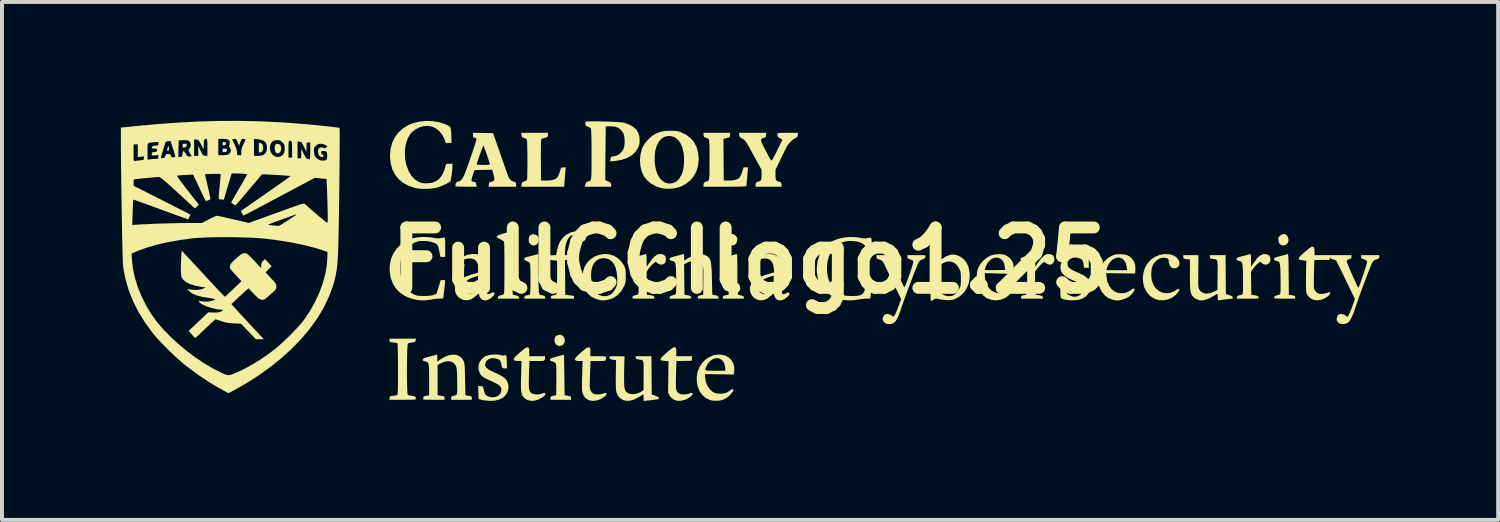
<source format=kicad_pcb>
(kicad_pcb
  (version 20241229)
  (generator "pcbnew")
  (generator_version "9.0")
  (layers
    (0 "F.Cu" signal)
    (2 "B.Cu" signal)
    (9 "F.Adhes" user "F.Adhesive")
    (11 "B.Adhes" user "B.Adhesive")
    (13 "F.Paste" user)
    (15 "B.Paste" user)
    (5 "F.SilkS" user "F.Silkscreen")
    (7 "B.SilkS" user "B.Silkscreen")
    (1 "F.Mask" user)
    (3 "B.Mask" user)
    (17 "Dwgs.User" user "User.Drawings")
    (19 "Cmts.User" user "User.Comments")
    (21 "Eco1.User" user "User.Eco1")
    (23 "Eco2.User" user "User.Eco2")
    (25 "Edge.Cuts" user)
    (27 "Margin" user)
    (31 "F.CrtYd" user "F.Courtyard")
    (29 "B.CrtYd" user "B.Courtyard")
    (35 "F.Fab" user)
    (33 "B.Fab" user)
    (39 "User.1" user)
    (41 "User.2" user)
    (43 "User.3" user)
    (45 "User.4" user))
  (footprint "FullCCIlogo1.25"
    (layer "F.Cu")
    (at 15.875 3.524)
    (property "Reference" "FullCCIlogo1.25" (at 0 0 0) (layer "F.SilkS") (effects (font (size 1.524 1.524) (thickness 0.3))))
    (attr board_only exclude_from_pos_files exclude_from_bom)
    (fp_poly (pts (xy -13.243 -2.984) (xy -13.22 -2.965) (xy -13.22 -2.94) (xy -13.239 -2.917) (xy -13.273 -2.903) (xy -13.289 -2.902) (xy -13.306 -2.916) (xy -13.311 -2.948) (xy -13.304 -2.983) (xy -13.281 -2.994)) (stroke (width 0) (type solid)) (fill yes) (layer "F.SilkS"))
    (fp_poly (pts (xy -14.672 -2.885) (xy -14.665 -2.859) (xy -14.663 -2.849) (xy -14.659 -2.804) (xy -14.669 -2.78) (xy -14.672 -2.778) (xy -14.7 -2.766) (xy -14.709 -2.778) (xy -14.705 -2.807) (xy -14.691 -2.861) (xy -14.681 -2.886)) (stroke (width 0) (type solid)) (fill yes) (layer "F.SilkS"))
    (fp_poly (pts (xy -13.215 -2.818) (xy -13.197 -2.801) (xy -13.198 -2.768) (xy -13.223 -2.743) (xy -13.266 -2.734) (xy -13.267 -2.734) (xy -13.298 -2.738) (xy -13.309 -2.756) (xy -13.311 -2.78) (xy -13.307 -2.811) (xy -13.292 -2.823) (xy -13.259 -2.826)) (stroke (width 0) (type solid)) (fill yes) (layer "F.SilkS"))
    (fp_poly (pts (xy -14.228 -2.946) (xy -14.214 -2.934) (xy -14.214 -2.907) (xy -14.214 -2.906) (xy -14.224 -2.875) (xy -14.252 -2.859) (xy -14.268 -2.855) (xy -14.302 -2.85) (xy -14.315 -2.86) (xy -14.318 -2.892) (xy -14.318 -2.896) (xy -14.316 -2.931) (xy -14.302 -2.945) (xy -14.268 -2.948) (xy -14.264 -2.948)) (stroke (width 0) (type solid)) (fill yes) (layer "F.SilkS"))
    (fp_poly (pts (xy -11.876 -2.934) (xy -11.844 -2.897) (xy -11.83 -2.839) (xy -11.83 -2.826) (xy -11.839 -2.772) (xy -11.863 -2.73) (xy -11.896 -2.706) (xy -11.932 -2.703) (xy -11.966 -2.725) (xy -11.967 -2.726) (xy -11.985 -2.764) (xy -11.993 -2.819) (xy -11.992 -2.874) (xy -11.984 -2.906) (xy -11.964 -2.938) (xy -11.93 -2.948) (xy -11.923 -2.948)) (stroke (width 0) (type solid)) (fill yes) (layer "F.SilkS"))
    (fp_poly (pts (xy -5.404 -0.651) (xy -5.359 -0.617) (xy -5.335 -0.565) (xy -5.334 -0.499) (xy -5.343 -0.466) (xy -5.373 -0.415) (xy -5.419 -0.386) (xy -5.472 -0.38) (xy -5.526 -0.4) (xy -5.549 -0.419) (xy -5.576 -0.456) (xy -5.586 -0.504) (xy -5.587 -0.525) (xy -5.577 -0.593) (xy -5.548 -0.639) (xy -5.5 -0.661) (xy -5.468 -0.664)) (stroke (width 0) (type solid)) (fill yes) (layer "F.SilkS"))
    (fp_poly (pts (xy -4.752 1.882) (xy -4.707 1.918) (xy -4.681 1.971) (xy -4.676 2.031) (xy -4.692 2.088) (xy -4.718 2.124) (xy -4.762 2.149) (xy -4.817 2.154) (xy -4.87 2.138) (xy -4.899 2.116) (xy -4.926 2.068) (xy -4.935 2.007) (xy -4.926 1.947) (xy -4.917 1.929) (xy -4.884 1.895) (xy -4.834 1.875) (xy -4.78 1.873)) (stroke (width 0) (type solid)) (fill yes) (layer "F.SilkS"))
    (fp_poly (pts (xy -0.408 -0.66) (xy -0.363 -0.625) (xy -0.335 -0.593) (xy -0.323 -0.563) (xy -0.323 -0.522) (xy -0.325 -0.508) (xy -0.343 -0.442) (xy -0.379 -0.401) (xy -0.434 -0.383) (xy -0.453 -0.382) (xy -0.511 -0.396) (xy -0.543 -0.419) (xy -0.572 -0.467) (xy -0.581 -0.524) (xy -0.57 -0.582) (xy -0.543 -0.63) (xy -0.509 -0.655) (xy -0.455 -0.671)) (stroke (width 0) (type solid)) (fill yes) (layer "F.SilkS"))
    (fp_poly (pts (xy 13.521 -0.654) (xy 13.558 -0.616) (xy 13.581 -0.557) (xy 13.585 -0.51) (xy 13.572 -0.454) (xy 13.538 -0.412) (xy 13.49 -0.386) (xy 13.435 -0.382) (xy 13.382 -0.402) (xy 13.372 -0.409) (xy 13.343 -0.45) (xy 13.33 -0.508) (xy 13.327 -0.554) (xy 13.336 -0.586) (xy 13.359 -0.616) (xy 13.369 -0.625) (xy 13.421 -0.662) (xy 13.473 -0.67)) (stroke (width 0) (type solid)) (fill yes) (layer "F.SilkS"))
    (fp_poly (pts (xy -12.36 -2.97) (xy -12.36 -2.97) (xy -12.318 -2.948) (xy -12.294 -2.91) (xy -12.286 -2.852) (xy -12.287 -2.81) (xy -12.302 -2.764) (xy -12.34 -2.734) (xy -12.36 -2.727) (xy -12.377 -2.723) (xy -12.387 -2.728) (xy -12.392 -2.747) (xy -12.394 -2.785) (xy -12.395 -2.848) (xy -12.395 -2.849) (xy -12.394 -2.912) (xy -12.392 -2.95) (xy -12.387 -2.969) (xy -12.377 -2.974)) (stroke (width 0) (type solid)) (fill yes) (layer "F.SilkS"))
    (fp_poly (pts (xy -4.686 2.886) (xy -4.679 3.398) (xy -4.598 3.412) (xy -4.552 3.421) (xy -4.528 3.432) (xy -4.519 3.45) (xy -4.518 3.469) (xy -4.518 3.513) (xy -5.037 3.513) (xy -5.037 3.47) (xy -5.034 3.443) (xy -5.02 3.427) (xy -4.987 3.417) (xy -4.965 3.412) (xy -4.892 3.398) (xy -4.888 3.022) (xy -4.888 2.904) (xy -4.888 2.8) (xy -4.89 2.715) (xy -4.893 2.651) (xy -4.897 2.613) (xy -4.899 2.606) (xy -4.919 2.576) (xy -4.958 2.555) (xy -4.984 2.547) (xy -5.027 2.533) (xy -5.047 2.518) (xy -5.049 2.498) (xy -5.043 2.483) (xy -5.024 2.47) (xy -4.99 2.455) (xy -4.934 2.438) (xy -4.869 2.42) (xy -4.694 2.373)) (stroke (width 0) (type solid)) (fill yes) (layer "F.SilkS"))
    (fp_poly (pts (xy -5.339 0.339) (xy -5.338 0.479) (xy -5.337 0.592) (xy -5.335 0.68) (xy -5.332 0.747) (xy -5.328 0.796) (xy -5.32 0.83) (xy -5.31 0.851) (xy -5.296 0.864) (xy -5.278 0.871) (xy -5.256 0.875) (xy -5.234 0.878) (xy -5.194 0.889) (xy -5.175 0.91) (xy -5.171 0.924) (xy -5.164 0.962) (xy -5.694 0.962) (xy -5.694 0.925) (xy -5.689 0.899) (xy -5.668 0.885) (xy -5.636 0.878) (xy -5.594 0.87) (xy -5.563 0.863) (xy -5.56 0.862) (xy -5.554 0.853) (xy -5.549 0.828) (xy -5.546 0.784) (xy -5.543 0.719) (xy -5.542 0.63) (xy -5.541 0.514) (xy -5.541 0.469) (xy -5.541 0.339) (xy -5.543 0.237) (xy -5.545 0.16) (xy -5.549 0.106) (xy -5.554 0.072) (xy -5.56 0.057) (xy -5.586 0.036) (xy -5.628 0.015) (xy -5.64 0.01) (xy -5.681 -0.008) (xy -5.696 -0.027) (xy -5.696 -0.04) (xy -5.691 -0.065) (xy -5.688 -0.071) (xy -5.674 -0.076) (xy -5.635 -0.087) (xy -5.579 -0.102) (xy -5.514 -0.12) (xy -5.343 -0.166)) (stroke (width 0) (type solid)) (fill yes) (layer "F.SilkS"))
    (fp_poly (pts (xy -0.334 -0.158) (xy -0.33 -0.144) (xy -0.326 -0.119) (xy -0.324 -0.079) (xy -0.322 -0.022) (xy -0.321 0.055) (xy -0.321 0.156) (xy -0.321 0.283) (xy -0.321 0.343) (xy -0.32 0.489) (xy -0.319 0.607) (xy -0.318 0.699) (xy -0.316 0.767) (xy -0.313 0.816) (xy -0.309 0.846) (xy -0.304 0.86) (xy -0.301 0.862) (xy -0.275 0.868) (xy -0.233 0.878) (xy -0.221 0.88) (xy -0.179 0.894) (xy -0.159 0.914) (xy -0.155 0.928) (xy -0.151 0.962) (xy -0.687 0.962) (xy -0.687 0.926) (xy -0.683 0.903) (xy -0.665 0.889) (xy -0.627 0.878) (xy -0.614 0.876) (xy -0.542 0.863) (xy -0.538 0.467) (xy -0.537 0.34) (xy -0.537 0.239) (xy -0.538 0.162) (xy -0.542 0.106) (xy -0.55 0.066) (xy -0.561 0.04) (xy -0.577 0.024) (xy -0.599 0.014) (xy -0.627 0.008) (xy -0.636 0.006) (xy -0.672 -0.005) (xy -0.686 -0.026) (xy -0.687 -0.037) (xy -0.684 -0.053) (xy -0.672 -0.067) (xy -0.645 -0.079) (xy -0.598 -0.094) (xy -0.53 -0.113) (xy -0.463 -0.131) (xy -0.404 -0.146) (xy -0.363 -0.158) (xy -0.347 -0.162) (xy -0.34 -0.163)) (stroke (width 0) (type solid)) (fill yes) (layer "F.SilkS"))
    (fp_poly (pts (xy 13.571 -0.16) (xy 13.576 -0.14) (xy 13.579 -0.104) (xy 13.582 -0.048) (xy 13.585 0.03) (xy 13.587 0.133) (xy 13.588 0.262) (xy 13.589 0.346) (xy 13.593 0.863) (xy 13.673 0.875) (xy 13.72 0.885) (xy 13.744 0.895) (xy 13.753 0.913) (xy 13.753 0.925) (xy 13.753 0.962) (xy 13.486 0.962) (xy 13.396 0.961) (xy 13.32 0.959) (xy 13.262 0.956) (xy 13.227 0.952) (xy 13.219 0.948) (xy 13.231 0.908) (xy 13.268 0.883) (xy 13.297 0.876) (xy 13.339 0.865) (xy 13.369 0.85) (xy 13.373 0.847) (xy 13.378 0.825) (xy 13.383 0.778) (xy 13.385 0.702) (xy 13.386 0.599) (xy 13.384 0.466) (xy 13.384 0.453) (xy 13.382 0.328) (xy 13.38 0.23) (xy 13.376 0.155) (xy 13.369 0.1) (xy 13.359 0.062) (xy 13.345 0.037) (xy 13.326 0.022) (xy 13.3 0.013) (xy 13.27 0.006) (xy 13.234 -0.005) (xy 13.22 -0.026) (xy 13.219 -0.038) (xy 13.222 -0.053) (xy 13.234 -0.066) (xy 13.259 -0.079) (xy 13.304 -0.093) (xy 13.373 -0.112) (xy 13.383 -0.114) (xy 13.451 -0.132) (xy 13.509 -0.148) (xy 13.55 -0.159) (xy 13.566 -0.164)) (stroke (width 0) (type solid)) (fill yes) (layer "F.SilkS"))
    (fp_poly (pts (xy -1.902 2.189) (xy -1.894 2.191) (xy -1.877 2.2) (xy -1.867 2.218) (xy -1.863 2.252) (xy -1.862 2.307) (xy -1.862 2.413) (xy -1.464 2.413) (xy -1.468 2.471) (xy -1.473 2.528) (xy -1.665 2.532) (xy -1.858 2.536) (xy -1.869 2.878) (xy -1.872 3.003) (xy -1.873 3.103) (xy -1.871 3.179) (xy -1.866 3.236) (xy -1.856 3.279) (xy -1.841 3.31) (xy -1.821 3.333) (xy -1.795 3.353) (xy -1.794 3.354) (xy -1.746 3.372) (xy -1.681 3.379) (xy -1.612 3.376) (xy -1.55 3.363) (xy -1.528 3.354) (xy -1.484 3.337) (xy -1.457 3.344) (xy -1.45 3.368) (xy -1.463 3.394) (xy -1.497 3.427) (xy -1.545 3.462) (xy -1.601 3.494) (xy -1.645 3.513) (xy -1.747 3.539) (xy -1.84 3.538) (xy -1.924 3.509) (xy -1.988 3.463) (xy -2.03 3.406) (xy -2.068 3.337) (xy -2.064 2.939) (xy -2.059 2.54) (xy -2.153 2.531) (xy -2.203 2.526) (xy -2.24 2.519) (xy -2.255 2.515) (xy -2.259 2.49) (xy -2.238 2.451) (xy -2.191 2.399) (xy -2.12 2.336) (xy -2.113 2.329) (xy -2.043 2.272) (xy -1.993 2.233) (xy -1.958 2.207) (xy -1.934 2.193) (xy -1.917 2.188)) (stroke (width 0) (type solid)) (fill yes) (layer "F.SilkS"))
    (fp_poly (pts (xy -5.099 -3.181) (xy -5.104 -3.138) (xy -5.123 -3.112) (xy -5.164 -3.098) (xy -5.185 -3.094) (xy -5.229 -3.082) (xy -5.26 -3.068) (xy -5.266 -3.063) (xy -5.271 -3.043) (xy -5.274 -2.994) (xy -5.277 -2.917) (xy -5.278 -2.811) (xy -5.279 -2.676) (xy -5.278 -2.534) (xy -5.274 -2.024) (xy -5.19 -2.019) (xy -5.082 -2.019) (xy -4.989 -2.031) (xy -4.917 -2.056) (xy -4.897 -2.067) (xy -4.869 -2.09) (xy -4.846 -2.122) (xy -4.825 -2.17) (xy -4.807 -2.222) (xy -4.767 -2.344) (xy -4.709 -2.349) (xy -4.651 -2.354) (xy -4.66 -2.25) (xy -4.666 -2.184) (xy -4.673 -2.103) (xy -4.679 -2.022) (xy -4.68 -2.005) (xy -4.691 -1.863) (xy -5.772 -1.863) (xy -5.767 -1.919) (xy -5.761 -1.956) (xy -5.743 -1.978) (xy -5.706 -1.995) (xy -5.702 -1.996) (xy -5.661 -2.013) (xy -5.634 -2.031) (xy -5.63 -2.035) (xy -5.626 -2.056) (xy -5.623 -2.102) (xy -5.621 -2.17) (xy -5.62 -2.256) (xy -5.618 -2.353) (xy -5.618 -2.459) (xy -5.618 -2.568) (xy -5.619 -2.676) (xy -5.62 -2.779) (xy -5.622 -2.872) (xy -5.624 -2.95) (xy -5.627 -3.01) (xy -5.63 -3.046) (xy -5.632 -3.054) (xy -5.655 -3.073) (xy -5.694 -3.09) (xy -5.704 -3.093) (xy -5.742 -3.107) (xy -5.76 -3.126) (xy -5.767 -3.163) (xy -5.767 -3.166) (xy -5.772 -3.223) (xy -5.098 -3.223)) (stroke (width 0) (type solid)) (fill yes) (layer "F.SilkS"))
    (fp_poly (pts (xy -0.504 -3.169) (xy -0.509 -3.131) (xy -0.521 -3.11) (xy -0.523 -3.109) (xy -0.549 -3.102) (xy -0.591 -3.091) (xy -0.607 -3.086) (xy -0.672 -3.069) (xy -0.668 -2.546) (xy -0.664 -2.024) (xy -0.565 -2.019) (xy -0.458 -2.02) (xy -0.368 -2.037) (xy -0.3 -2.066) (xy -0.271 -2.089) (xy -0.246 -2.126) (xy -0.22 -2.181) (xy -0.198 -2.241) (xy -0.165 -2.352) (xy -0.052 -2.352) (xy -0.071 -2.127) (xy -0.078 -2.046) (xy -0.084 -1.975) (xy -0.088 -1.921) (xy -0.09 -1.888) (xy -0.091 -1.882) (xy -0.097 -1.877) (xy -0.118 -1.873) (xy -0.156 -1.87) (xy -0.213 -1.867) (xy -0.291 -1.865) (xy -0.393 -1.864) (xy -0.522 -1.863) (xy -0.633 -1.863) (xy -1.175 -1.863) (xy -1.175 -1.905) (xy -1.169 -1.952) (xy -1.145 -1.978) (xy -1.107 -1.992) (xy -1.084 -1.998) (xy -1.066 -2.004) (xy -1.052 -2.015) (xy -1.042 -2.032) (xy -1.034 -2.06) (xy -1.029 -2.102) (xy -1.025 -2.159) (xy -1.024 -2.237) (xy -1.023 -2.337) (xy -1.023 -2.462) (xy -1.023 -2.543) (xy -1.023 -2.684) (xy -1.023 -2.798) (xy -1.024 -2.887) (xy -1.027 -2.955) (xy -1.031 -3.005) (xy -1.037 -3.04) (xy -1.046 -3.063) (xy -1.058 -3.077) (xy -1.074 -3.085) (xy -1.094 -3.091) (xy -1.107 -3.094) (xy -1.15 -3.111) (xy -1.171 -3.14) (xy -1.175 -3.181) (xy -1.175 -3.223) (xy -0.504 -3.223)) (stroke (width 0) (type solid)) (fill yes) (layer "F.SilkS"))
    (fp_poly (pts (xy 10.563 -0.16) (xy 10.64 -0.144) (xy 10.717 -0.11) (xy 10.777 -0.061) (xy 10.817 -0.004) (xy 10.834 0.059) (xy 10.825 0.122) (xy 10.82 0.132) (xy 10.786 0.17) (xy 10.735 0.193) (xy 10.676 0.195) (xy 10.663 0.192) (xy 10.621 0.168) (xy 10.588 0.121) (xy 10.567 0.061) (xy 10.563 0.021) (xy 10.56 -0.021) (xy 10.548 -0.043) (xy 10.52 -0.058) (xy 10.515 -0.06) (xy 10.446 -0.075) (xy 10.381 -0.068) (xy 10.337 -0.053) (xy 10.255 -0.002) (xy 10.187 0.073) (xy 10.162 0.115) (xy 10.14 0.178) (xy 10.126 0.26) (xy 10.121 0.351) (xy 10.126 0.441) (xy 10.141 0.52) (xy 10.141 0.522) (xy 10.185 0.627) (xy 10.247 0.711) (xy 10.324 0.773) (xy 10.412 0.812) (xy 10.507 0.826) (xy 10.605 0.814) (xy 10.702 0.773) (xy 10.732 0.754) (xy 10.785 0.722) (xy 10.818 0.712) (xy 10.832 0.723) (xy 10.825 0.755) (xy 10.809 0.784) (xy 10.739 0.869) (xy 10.65 0.934) (xy 10.547 0.98) (xy 10.437 1.002) (xy 10.324 0.999) (xy 10.268 0.987) (xy 10.163 0.942) (xy 10.073 0.874) (xy 10.001 0.784) (xy 9.948 0.679) (xy 9.917 0.56) (xy 9.91 0.432) (xy 9.911 0.414) (xy 9.926 0.301) (xy 9.955 0.204) (xy 10.002 0.112) (xy 10.023 0.08) (xy 10.106 -0.016) (xy 10.206 -0.089) (xy 10.319 -0.139) (xy 10.439 -0.163)) (stroke (width 0) (type solid)) (fill yes) (layer "F.SilkS"))
    (fp_poly (pts (xy -6.02 -0.731) (xy -6.015 -0.725) (xy -6.011 -0.712) (xy -6.007 -0.69) (xy -6.005 -0.656) (xy -6.003 -0.608) (xy -6.001 -0.543) (xy -6 -0.459) (xy -5.999 -0.354) (xy -5.999 -0.224) (xy -5.999 -0.068) (xy -5.999 0.062) (xy -5.999 0.245) (xy -5.998 0.401) (xy -5.997 0.53) (xy -5.996 0.634) (xy -5.994 0.716) (xy -5.992 0.778) (xy -5.989 0.821) (xy -5.986 0.848) (xy -5.982 0.86) (xy -5.98 0.862) (xy -5.953 0.868) (xy -5.912 0.878) (xy -5.9 0.88) (xy -5.857 0.894) (xy -5.837 0.914) (xy -5.834 0.928) (xy -5.829 0.962) (xy -6.367 0.962) (xy -6.363 0.928) (xy -6.35 0.902) (xy -6.318 0.884) (xy -6.297 0.878) (xy -6.253 0.866) (xy -6.221 0.853) (xy -6.216 0.851) (xy -6.212 0.841) (xy -6.207 0.816) (xy -6.204 0.776) (xy -6.202 0.716) (xy -6.2 0.635) (xy -6.199 0.531) (xy -6.198 0.402) (xy -6.198 0.245) (xy -6.198 0.201) (xy -6.198 0.064) (xy -6.198 -0.065) (xy -6.199 -0.182) (xy -6.201 -0.283) (xy -6.202 -0.366) (xy -6.204 -0.426) (xy -6.206 -0.461) (xy -6.206 -0.468) (xy -6.229 -0.497) (xy -6.282 -0.528) (xy -6.307 -0.54) (xy -6.36 -0.566) (xy -6.39 -0.588) (xy -6.394 -0.608) (xy -6.371 -0.629) (xy -6.321 -0.651) (xy -6.242 -0.676) (xy -6.22 -0.683) (xy -6.151 -0.702) (xy -6.09 -0.718) (xy -6.046 -0.729) (xy -6.026 -0.732)) (stroke (width 0) (type solid)) (fill yes) (layer "F.SilkS"))
    (fp_poly (pts (xy -5.609 2.19) (xy -5.608 2.191) (xy -5.589 2.198) (xy -5.578 2.212) (xy -5.573 2.24) (xy -5.572 2.289) (xy -5.572 2.307) (xy -5.572 2.413) (xy -5.175 2.413) (xy -5.175 2.45) (xy -5.176 2.484) (xy -5.182 2.508) (xy -5.199 2.523) (xy -5.231 2.531) (xy -5.283 2.535) (xy -5.359 2.535) (xy -5.38 2.535) (xy -5.567 2.535) (xy -5.579 2.876) (xy -5.582 3.002) (xy -5.583 3.102) (xy -5.581 3.178) (xy -5.575 3.236) (xy -5.565 3.278) (xy -5.551 3.31) (xy -5.53 3.333) (xy -5.504 3.353) (xy -5.503 3.354) (xy -5.453 3.372) (xy -5.386 3.379) (xy -5.314 3.373) (xy -5.247 3.355) (xy -5.244 3.354) (xy -5.204 3.34) (xy -5.182 3.34) (xy -5.172 3.348) (xy -5.164 3.37) (xy -5.172 3.392) (xy -5.199 3.42) (xy -5.234 3.448) (xy -5.324 3.501) (xy -5.42 3.532) (xy -5.517 3.54) (xy -5.606 3.523) (xy -5.626 3.514) (xy -5.674 3.486) (xy -5.713 3.451) (xy -5.72 3.442) (xy -5.741 3.409) (xy -5.757 3.374) (xy -5.769 3.332) (xy -5.777 3.279) (xy -5.781 3.211) (xy -5.782 3.125) (xy -5.781 3.015) (xy -5.777 2.898) (xy -5.766 2.535) (xy -5.82 2.535) (xy -5.892 2.533) (xy -5.939 2.523) (xy -5.962 2.505) (xy -5.96 2.476) (xy -5.932 2.436) (xy -5.879 2.382) (xy -5.803 2.315) (xy -5.736 2.26) (xy -5.688 2.222) (xy -5.654 2.2) (xy -5.629 2.19)) (stroke (width 0) (type solid)) (fill yes) (layer "F.SilkS"))
    (fp_poly (pts (xy 9.441 -0.154) (xy 9.519 -0.134) (xy 9.584 -0.097) (xy 9.644 -0.039) (xy 9.644 -0.039) (xy 9.689 0.027) (xy 9.714 0.103) (xy 9.722 0.196) (xy 9.721 0.229) (xy 9.716 0.328) (xy 9.351 0.323) (xy 8.986 0.317) (xy 8.994 0.422) (xy 9.014 0.534) (xy 9.056 0.633) (xy 9.115 0.714) (xy 9.19 0.776) (xy 9.277 0.814) (xy 9.362 0.825) (xy 9.459 0.816) (xy 9.54 0.788) (xy 9.604 0.747) (xy 9.652 0.715) (xy 9.684 0.705) (xy 9.7 0.713) (xy 9.7 0.737) (xy 9.686 0.772) (xy 9.657 0.815) (xy 9.615 0.863) (xy 9.582 0.894) (xy 9.518 0.936) (xy 9.437 0.971) (xy 9.352 0.997) (xy 9.275 1.007) (xy 9.268 1.007) (xy 9.218 1.002) (xy 9.159 0.991) (xy 9.138 0.986) (xy 9.035 0.943) (xy 8.945 0.874) (xy 8.871 0.784) (xy 8.817 0.674) (xy 8.808 0.647) (xy 8.781 0.512) (xy 8.781 0.379) (xy 8.807 0.251) (xy 8.81 0.244) (xy 8.99 0.244) (xy 9.514 0.244) (xy 9.503 0.165) (xy 9.48 0.07) (xy 9.44 -0.002) (xy 9.385 -0.051) (xy 9.32 -0.075) (xy 9.247 -0.072) (xy 9.169 -0.04) (xy 9.158 -0.033) (xy 9.099 0.018) (xy 9.047 0.089) (xy 9.01 0.169) (xy 9 0.202) (xy 8.99 0.244) (xy 8.81 0.244) (xy 8.857 0.133) (xy 8.93 0.029) (xy 9.024 -0.059) (xy 9.125 -0.12) (xy 9.177 -0.141) (xy 9.225 -0.154) (xy 9.281 -0.159) (xy 9.342 -0.16)) (stroke (width 0) (type solid)) (fill yes) (layer "F.SilkS"))
    (fp_poly (pts (xy -3.577 -0.161) (xy -3.462 -0.131) (xy -3.357 -0.076) (xy -3.267 0.002) (xy -3.195 0.101) (xy -3.177 0.135) (xy -3.159 0.178) (xy -3.147 0.216) (xy -3.14 0.26) (xy -3.137 0.318) (xy -3.137 0.389) (xy -3.137 0.466) (xy -3.14 0.521) (xy -3.147 0.563) (xy -3.16 0.602) (xy -3.179 0.647) (xy -3.184 0.657) (xy -3.255 0.777) (xy -3.341 0.871) (xy -3.445 0.94) (xy -3.564 0.984) (xy -3.66 1.003) (xy -3.746 1.004) (xy -3.834 0.987) (xy -3.878 0.973) (xy -3.992 0.92) (xy -4.084 0.844) (xy -4.155 0.749) (xy -4.204 0.634) (xy -4.228 0.501) (xy -4.232 0.428) (xy -4.226 0.371) (xy -4.013 0.371) (xy -4.009 0.449) (xy -3.988 0.586) (xy -3.951 0.7) (xy -3.898 0.79) (xy -3.83 0.855) (xy -3.805 0.87) (xy -3.73 0.895) (xy -3.647 0.899) (xy -3.566 0.882) (xy -3.5 0.846) (xy -3.46 0.806) (xy -3.42 0.75) (xy -3.396 0.71) (xy -3.375 0.665) (xy -3.362 0.626) (xy -3.354 0.584) (xy -3.352 0.53) (xy -3.351 0.466) (xy -3.361 0.319) (xy -3.388 0.195) (xy -3.43 0.094) (xy -3.489 0.018) (xy -3.563 -0.033) (xy -3.652 -0.058) (xy -3.696 -0.061) (xy -3.789 -0.047) (xy -3.867 -0.008) (xy -3.93 0.056) (xy -3.976 0.141) (xy -4.004 0.247) (xy -4.013 0.371) (xy -4.226 0.371) (xy -4.219 0.29) (xy -4.179 0.166) (xy -4.115 0.058) (xy -4.029 -0.032) (xy -3.92 -0.102) (xy -3.826 -0.139) (xy -3.7 -0.164)) (stroke (width 0) (type solid)) (fill yes) (layer "F.SilkS"))
    (fp_poly (pts (xy -8.438 2.014) (xy -8.444 2.04) (xy -8.458 2.054) (xy -8.489 2.062) (xy -8.528 2.067) (xy -8.579 2.075) (xy -8.619 2.086) (xy -8.633 2.093) (xy -8.639 2.113) (xy -8.643 2.159) (xy -8.648 2.228) (xy -8.651 2.315) (xy -8.654 2.417) (xy -8.655 2.53) (xy -8.657 2.65) (xy -8.657 2.772) (xy -8.657 2.894) (xy -8.656 3.01) (xy -8.654 3.118) (xy -8.651 3.213) (xy -8.648 3.291) (xy -8.644 3.349) (xy -8.639 3.381) (xy -8.636 3.387) (xy -8.611 3.397) (xy -8.567 3.407) (xy -8.531 3.413) (xy -8.481 3.42) (xy -8.453 3.43) (xy -8.441 3.447) (xy -8.437 3.46) (xy -8.435 3.491) (xy -8.438 3.505) (xy -8.455 3.507) (xy -8.498 3.509) (xy -8.563 3.511) (xy -8.644 3.512) (xy -8.737 3.513) (xy -8.772 3.513) (xy -9.098 3.513) (xy -9.098 3.469) (xy -9.095 3.442) (xy -9.084 3.428) (xy -9.055 3.419) (xy -9.017 3.414) (xy -8.966 3.407) (xy -8.925 3.4) (xy -8.911 3.396) (xy -8.904 3.393) (xy -8.899 3.384) (xy -8.894 3.369) (xy -8.891 3.343) (xy -8.888 3.304) (xy -8.887 3.249) (xy -8.885 3.177) (xy -8.884 3.083) (xy -8.884 2.965) (xy -8.884 2.821) (xy -8.884 2.741) (xy -8.884 2.593) (xy -8.885 2.459) (xy -8.887 2.341) (xy -8.889 2.242) (xy -8.891 2.165) (xy -8.894 2.113) (xy -8.897 2.088) (xy -8.898 2.086) (xy -8.92 2.08) (xy -8.962 2.073) (xy -9.005 2.067) (xy -9.056 2.061) (xy -9.084 2.054) (xy -9.095 2.041) (xy -9.098 2.018) (xy -9.098 2.014) (xy -9.098 1.97) (xy -8.431 1.97)) (stroke (width 0) (type solid)) (fill yes) (layer "F.SilkS"))
    (fp_poly (pts (xy -4.067 2.191) (xy -4.048 2.198) (xy -4.036 2.211) (xy -4.031 2.239) (xy -4.03 2.287) (xy -4.03 2.307) (xy -4.03 2.413) (xy -3.831 2.413) (xy -3.747 2.413) (xy -3.689 2.415) (xy -3.654 2.421) (xy -3.636 2.433) (xy -3.632 2.452) (xy -3.637 2.481) (xy -3.643 2.501) (xy -3.648 2.515) (xy -3.658 2.525) (xy -3.678 2.531) (xy -3.714 2.534) (xy -3.77 2.535) (xy -3.838 2.535) (xy -4.025 2.535) (xy -4.035 2.776) (xy -4.04 2.909) (xy -4.044 3.015) (xy -4.045 3.098) (xy -4.044 3.162) (xy -4.041 3.21) (xy -4.035 3.245) (xy -4.027 3.272) (xy -4.016 3.294) (xy -4.015 3.294) (xy -3.986 3.332) (xy -3.954 3.36) (xy -3.951 3.361) (xy -3.903 3.375) (xy -3.838 3.379) (xy -3.769 3.372) (xy -3.708 3.356) (xy -3.703 3.354) (xy -3.662 3.34) (xy -3.64 3.34) (xy -3.63 3.348) (xy -3.622 3.37) (xy -3.63 3.392) (xy -3.657 3.42) (xy -3.692 3.448) (xy -3.778 3.499) (xy -3.871 3.53) (xy -3.965 3.541) (xy -4.05 3.528) (xy -4.075 3.519) (xy -4.144 3.479) (xy -4.191 3.425) (xy -4.222 3.355) (xy -4.23 3.327) (xy -4.236 3.296) (xy -4.24 3.258) (xy -4.242 3.208) (xy -4.242 3.142) (xy -4.241 3.056) (xy -4.238 2.945) (xy -4.237 2.907) (xy -4.226 2.535) (xy -4.279 2.535) (xy -4.351 2.533) (xy -4.398 2.523) (xy -4.42 2.504) (xy -4.418 2.476) (xy -4.39 2.435) (xy -4.337 2.381) (xy -4.262 2.315) (xy -4.196 2.26) (xy -4.148 2.222) (xy -4.114 2.2) (xy -4.089 2.19) (xy -4.07 2.19)) (stroke (width 0) (type solid)) (fill yes) (layer "F.SilkS"))
    (fp_poly (pts (xy -0.624 2.399) (xy -0.538 2.446) (xy -0.47 2.513) (xy -0.422 2.597) (xy -0.398 2.694) (xy -0.401 2.801) (xy -0.404 2.819) (xy -0.414 2.876) (xy -0.776 2.87) (xy -1.137 2.864) (xy -1.133 2.954) (xy -1.116 3.061) (xy -1.076 3.16) (xy -1.017 3.245) (xy -0.944 3.311) (xy -0.891 3.339) (xy -0.831 3.354) (xy -0.757 3.359) (xy -0.681 3.355) (xy -0.617 3.342) (xy -0.607 3.338) (xy -0.557 3.312) (xy -0.509 3.279) (xy -0.507 3.277) (xy -0.469 3.252) (xy -0.439 3.247) (xy -0.437 3.247) (xy -0.42 3.255) (xy -0.415 3.265) (xy -0.424 3.286) (xy -0.448 3.322) (xy -0.458 3.338) (xy -0.52 3.407) (xy -0.602 3.47) (xy -0.679 3.511) (xy -0.736 3.527) (xy -0.811 3.536) (xy -0.891 3.537) (xy -0.964 3.531) (xy -1.005 3.522) (xy -1.112 3.471) (xy -1.201 3.397) (xy -1.271 3.302) (xy -1.319 3.186) (xy -1.341 3.084) (xy -1.347 2.947) (xy -1.327 2.818) (xy -1.298 2.741) (xy -1.129 2.741) (xy -1.126 2.759) (xy -1.108 2.77) (xy -1.071 2.777) (xy -1.014 2.779) (xy -0.931 2.78) (xy -0.878 2.78) (xy -0.626 2.78) (xy -0.626 2.715) (xy -0.633 2.658) (xy -0.65 2.599) (xy -0.656 2.585) (xy -0.699 2.52) (xy -0.755 2.479) (xy -0.819 2.462) (xy -0.887 2.468) (xy -0.955 2.496) (xy -1.019 2.545) (xy -1.074 2.614) (xy -1.106 2.677) (xy -1.121 2.714) (xy -1.129 2.741) (xy -1.298 2.741) (xy -1.283 2.698) (xy -1.217 2.593) (xy -1.133 2.504) (xy -1.032 2.435) (xy -0.917 2.389) (xy -0.837 2.374) (xy -0.724 2.374)) (stroke (width 0) (type solid)) (fill yes) (layer "F.SilkS"))
    (fp_poly (pts (xy -1.931 -3.273) (xy -1.87 -3.269) (xy -1.82 -3.262) (xy -1.775 -3.249) (xy -1.748 -3.239) (xy -1.612 -3.173) (xy -1.501 -3.089) (xy -1.414 -2.988) (xy -1.352 -2.869) (xy -1.313 -2.73) (xy -1.298 -2.573) (xy -1.297 -2.547) (xy -1.312 -2.396) (xy -1.353 -2.257) (xy -1.419 -2.132) (xy -1.509 -2.023) (xy -1.62 -1.934) (xy -1.751 -1.866) (xy -1.794 -1.851) (xy -1.901 -1.824) (xy -2.02 -1.811) (xy -2.137 -1.812) (xy -2.225 -1.825) (xy -2.364 -1.869) (xy -2.487 -1.935) (xy -2.592 -2.019) (xy -2.673 -2.12) (xy -2.683 -2.136) (xy -2.736 -2.255) (xy -2.768 -2.389) (xy -2.777 -2.516) (xy -2.408 -2.516) (xy -2.4 -2.421) (xy -2.375 -2.288) (xy -2.335 -2.175) (xy -2.281 -2.082) (xy -2.215 -2.011) (xy -2.14 -1.964) (xy -2.057 -1.943) (xy -1.969 -1.949) (xy -1.883 -1.98) (xy -1.827 -2.023) (xy -1.773 -2.087) (xy -1.728 -2.167) (xy -1.701 -2.235) (xy -1.684 -2.313) (xy -1.672 -2.411) (xy -1.667 -2.518) (xy -1.669 -2.623) (xy -1.677 -2.715) (xy -1.678 -2.718) (xy -1.708 -2.849) (xy -1.755 -2.958) (xy -1.815 -3.043) (xy -1.89 -3.103) (xy -1.976 -3.137) (xy -2.073 -3.143) (xy -2.079 -3.143) (xy -2.166 -3.12) (xy -2.241 -3.071) (xy -2.304 -2.998) (xy -2.353 -2.903) (xy -2.388 -2.79) (xy -2.406 -2.66) (xy -2.408 -2.516) (xy -2.777 -2.516) (xy -2.778 -2.531) (xy -2.766 -2.673) (xy -2.731 -2.808) (xy -2.701 -2.88) (xy -2.663 -2.942) (xy -2.608 -3.012) (xy -2.545 -3.08) (xy -2.481 -3.137) (xy -2.435 -3.17) (xy -2.345 -3.217) (xy -2.259 -3.248) (xy -2.165 -3.266) (xy -2.055 -3.273) (xy -2.015 -3.274)) (stroke (width 0) (type solid)) (fill yes) (layer "F.SilkS"))
    (fp_poly (pts (xy 13.065 -0.146) (xy 13.102 -0.12) (xy 13.121 -0.085) (xy 13.127 -0.031) (xy 13.127 -0.021) (xy 13.115 0.037) (xy 13.081 0.08) (xy 13.033 0.102) (xy 12.994 0.102) (xy 12.946 0.086) (xy 12.906 0.061) (xy 12.905 0.06) (xy 12.87 0.027) (xy 12.81 0.074) (xy 12.767 0.114) (xy 12.722 0.166) (xy 12.694 0.203) (xy 12.638 0.284) (xy 12.642 0.573) (xy 12.647 0.863) (xy 12.73 0.875) (xy 12.789 0.887) (xy 12.823 0.906) (xy 12.836 0.934) (xy 12.837 0.943) (xy 12.83 0.95) (xy 12.806 0.955) (xy 12.762 0.959) (xy 12.695 0.961) (xy 12.602 0.962) (xy 12.557 0.962) (xy 12.277 0.962) (xy 12.284 0.924) (xy 12.296 0.897) (xy 12.323 0.882) (xy 12.35 0.876) (xy 12.393 0.865) (xy 12.422 0.85) (xy 12.426 0.847) (xy 12.432 0.824) (xy 12.436 0.77) (xy 12.438 0.686) (xy 12.438 0.571) (xy 12.437 0.453) (xy 12.436 0.328) (xy 12.433 0.23) (xy 12.429 0.155) (xy 12.423 0.101) (xy 12.413 0.063) (xy 12.399 0.038) (xy 12.379 0.022) (xy 12.354 0.013) (xy 12.324 0.006) (xy 12.287 -0.005) (xy 12.274 -0.026) (xy 12.273 -0.038) (xy 12.275 -0.053) (xy 12.287 -0.066) (xy 12.313 -0.079) (xy 12.358 -0.093) (xy 12.426 -0.112) (xy 12.437 -0.114) (xy 12.505 -0.132) (xy 12.563 -0.148) (xy 12.604 -0.159) (xy 12.62 -0.164) (xy 12.629 -0.16) (xy 12.634 -0.137) (xy 12.638 -0.092) (xy 12.639 -0.021) (xy 12.639 -0.005) (xy 12.639 0.16) (xy 12.696 0.075) (xy 12.745 0.005) (xy 12.783 -0.045) (xy 12.817 -0.082) (xy 12.851 -0.112) (xy 12.875 -0.128) (xy 12.944 -0.161) (xy 13.012 -0.164)) (stroke (width 0) (type solid)) (fill yes) (layer "F.SilkS"))
    (fp_poly (pts (xy -2.228 -0.163) (xy -2.184 -0.146) (xy -2.147 -0.12) (xy -2.128 -0.085) (xy -2.122 -0.031) (xy -2.122 -0.021) (xy -2.134 0.038) (xy -2.167 0.079) (xy -2.214 0.101) (xy -2.268 0.101) (xy -2.324 0.075) (xy -2.335 0.067) (xy -2.382 0.027) (xy -2.449 0.082) (xy -2.498 0.129) (xy -2.546 0.185) (xy -2.563 0.209) (xy -2.611 0.281) (xy -2.607 0.572) (xy -2.603 0.863) (xy -2.52 0.874) (xy -2.473 0.882) (xy -2.442 0.888) (xy -2.434 0.89) (xy -2.428 0.905) (xy -2.42 0.928) (xy -2.41 0.962) (xy -2.695 0.962) (xy -2.795 0.962) (xy -2.869 0.961) (xy -2.919 0.959) (xy -2.951 0.956) (xy -2.967 0.951) (xy -2.972 0.944) (xy -2.971 0.938) (xy -2.962 0.909) (xy -2.961 0.9) (xy -2.948 0.889) (xy -2.914 0.879) (xy -2.901 0.877) (xy -2.858 0.866) (xy -2.827 0.851) (xy -2.823 0.847) (xy -2.817 0.825) (xy -2.813 0.774) (xy -2.811 0.695) (xy -2.81 0.586) (xy -2.811 0.453) (xy -2.813 0.328) (xy -2.816 0.23) (xy -2.82 0.155) (xy -2.826 0.101) (xy -2.836 0.062) (xy -2.851 0.037) (xy -2.87 0.022) (xy -2.895 0.013) (xy -2.925 0.006) (xy -2.962 -0.005) (xy -2.976 -0.026) (xy -2.977 -0.038) (xy -2.974 -0.053) (xy -2.962 -0.066) (xy -2.936 -0.079) (xy -2.892 -0.093) (xy -2.823 -0.112) (xy -2.812 -0.114) (xy -2.744 -0.132) (xy -2.686 -0.148) (xy -2.645 -0.159) (xy -2.629 -0.164) (xy -2.62 -0.16) (xy -2.615 -0.137) (xy -2.611 -0.092) (xy -2.61 -0.021) (xy -2.61 -0.006) (xy -2.61 0.16) (xy -2.554 0.076) (xy -2.48 -0.026) (xy -2.413 -0.1) (xy -2.349 -0.146) (xy -2.288 -0.167)) (stroke (width 0) (type solid)) (fill yes) (layer "F.SilkS"))
    (fp_poly (pts (xy 7.6 -0.154) (xy 7.643 -0.13) (xy 7.655 -0.118) (xy 7.676 -0.065) (xy 7.676 -0.004) (xy 7.655 0.051) (xy 7.641 0.069) (xy 7.595 0.1) (xy 7.545 0.103) (xy 7.487 0.077) (xy 7.475 0.07) (xy 7.421 0.033) (xy 7.366 0.074) (xy 7.327 0.109) (xy 7.283 0.157) (xy 7.251 0.196) (xy 7.19 0.278) (xy 7.19 0.566) (xy 7.19 0.667) (xy 7.19 0.741) (xy 7.192 0.792) (xy 7.195 0.826) (xy 7.2 0.846) (xy 7.207 0.856) (xy 7.218 0.86) (xy 7.224 0.862) (xy 7.294 0.876) (xy 7.339 0.887) (xy 7.366 0.897) (xy 7.379 0.907) (xy 7.384 0.92) (xy 7.385 0.928) (xy 7.39 0.962) (xy 6.838 0.962) (xy 6.838 0.925) (xy 6.845 0.898) (xy 6.87 0.883) (xy 6.888 0.878) (xy 6.92 0.872) (xy 6.945 0.867) (xy 6.963 0.858) (xy 6.976 0.843) (xy 6.984 0.816) (xy 6.989 0.776) (xy 6.991 0.717) (xy 6.991 0.637) (xy 6.991 0.531) (xy 6.991 0.481) (xy 6.99 0.341) (xy 6.988 0.231) (xy 6.985 0.15) (xy 6.979 0.095) (xy 6.973 0.069) (xy 6.946 0.035) (xy 6.896 0.013) (xy 6.889 0.011) (xy 6.846 -0.004) (xy 6.827 -0.021) (xy 6.823 -0.039) (xy 6.826 -0.055) (xy 6.839 -0.068) (xy 6.866 -0.08) (xy 6.914 -0.095) (xy 6.981 -0.112) (xy 7.048 -0.129) (xy 7.107 -0.145) (xy 7.148 -0.156) (xy 7.163 -0.161) (xy 7.175 -0.162) (xy 7.182 -0.152) (xy 7.187 -0.126) (xy 7.19 -0.079) (xy 7.193 -0.008) (xy 7.197 0.155) (xy 7.261 0.057) (xy 7.318 -0.02) (xy 7.376 -0.085) (xy 7.432 -0.133) (xy 7.481 -0.16) (xy 7.487 -0.162) (xy 7.543 -0.166)) (stroke (width 0) (type solid)) (fill yes) (layer "F.SilkS"))
    (fp_poly (pts (xy -4.281 -0.729) (xy -4.21 -0.701) (xy -4.164 -0.655) (xy -4.143 -0.602) (xy -4.146 -0.549) (xy -4.174 -0.505) (xy -4.22 -0.479) (xy -4.257 -0.473) (xy -4.32 -0.488) (xy -4.371 -0.53) (xy -4.406 -0.59) (xy -4.426 -0.626) (xy -4.453 -0.64) (xy -4.47 -0.641) (xy -4.521 -0.627) (xy -4.567 -0.586) (xy -4.608 -0.522) (xy -4.639 -0.44) (xy -4.66 -0.342) (xy -4.667 -0.272) (xy -4.675 -0.137) (xy -4.503 -0.137) (xy -4.429 -0.137) (xy -4.38 -0.136) (xy -4.352 -0.133) (xy -4.34 -0.126) (xy -4.338 -0.115) (xy -4.341 -0.103) (xy -4.348 -0.063) (xy -4.35 -0.042) (xy -4.353 -0.03) (xy -4.366 -0.022) (xy -4.394 -0.018) (xy -4.442 -0.016) (xy -4.511 -0.015) (xy -4.671 -0.015) (xy -4.663 0.863) (xy -4.553 0.876) (xy -4.496 0.883) (xy -4.462 0.891) (xy -4.447 0.901) (xy -4.442 0.918) (xy -4.442 0.925) (xy -4.442 0.962) (xy -4.741 0.962) (xy -4.844 0.962) (xy -4.921 0.961) (xy -4.974 0.959) (xy -5.008 0.956) (xy -5.026 0.951) (xy -5.032 0.945) (xy -5.031 0.938) (xy -5.023 0.909) (xy -5.022 0.901) (xy -5.009 0.89) (xy -4.975 0.879) (xy -4.965 0.877) (xy -4.922 0.866) (xy -4.891 0.854) (xy -4.888 0.851) (xy -4.882 0.839) (xy -4.878 0.81) (xy -4.874 0.762) (xy -4.872 0.693) (xy -4.87 0.599) (xy -4.869 0.479) (xy -4.869 0.42) (xy -4.869 0.004) (xy -4.969 -0.007) (xy -5.069 -0.018) (xy -5.065 -0.074) (xy -5.06 -0.13) (xy -4.976 -0.134) (xy -4.891 -0.139) (xy -4.874 -0.246) (xy -4.842 -0.375) (xy -4.788 -0.488) (xy -4.715 -0.584) (xy -4.627 -0.659) (xy -4.527 -0.71) (xy -4.416 -0.736) (xy -4.375 -0.738)) (stroke (width 0) (type solid)) (fill yes) (layer "F.SilkS"))
    (fp_poly (pts (xy -8.01 -3.518) (xy -7.842 -3.49) (xy -7.686 -3.439) (xy -7.632 -3.414) (xy -7.599 -3.396) (xy -7.575 -3.377) (xy -7.559 -3.353) (xy -7.549 -3.318) (xy -7.543 -3.267) (xy -7.539 -3.194) (xy -7.537 -3.131) (xy -7.533 -2.971) (xy -7.603 -2.966) (xy -7.673 -2.962) (xy -7.707 -3.054) (xy -7.762 -3.168) (xy -7.835 -3.261) (xy -7.923 -3.332) (xy -8.023 -3.379) (xy -8.131 -3.399) (xy -8.235 -3.392) (xy -8.338 -3.362) (xy -8.436 -3.313) (xy -8.521 -3.251) (xy -8.565 -3.204) (xy -8.63 -3.099) (xy -8.676 -2.974) (xy -8.703 -2.837) (xy -8.711 -2.691) (xy -8.7 -2.543) (xy -8.669 -2.398) (xy -8.617 -2.262) (xy -8.608 -2.242) (xy -8.54 -2.133) (xy -8.46 -2.049) (xy -8.367 -1.99) (xy -8.315 -1.967) (xy -8.267 -1.954) (xy -8.21 -1.948) (xy -8.159 -1.948) (xy -8.039 -1.959) (xy -7.936 -1.995) (xy -7.85 -2.054) (xy -7.78 -2.14) (xy -7.725 -2.251) (xy -7.695 -2.344) (xy -7.67 -2.436) (xy -7.59 -2.441) (xy -7.51 -2.445) (xy -7.51 -2.393) (xy -7.512 -2.326) (xy -7.518 -2.251) (xy -7.527 -2.175) (xy -7.538 -2.104) (xy -7.549 -2.046) (xy -7.56 -2.008) (xy -7.566 -1.999) (xy -7.596 -1.975) (xy -7.648 -1.945) (xy -7.713 -1.913) (xy -7.784 -1.882) (xy -7.853 -1.856) (xy -7.899 -1.841) (xy -7.99 -1.823) (xy -8.097 -1.812) (xy -8.21 -1.808) (xy -8.319 -1.811) (xy -8.414 -1.822) (xy -8.449 -1.83) (xy -8.611 -1.884) (xy -8.75 -1.959) (xy -8.865 -2.052) (xy -8.956 -2.165) (xy -9.024 -2.297) (xy -9.067 -2.446) (xy -9.085 -2.614) (xy -9.085 -2.657) (xy -9.071 -2.821) (xy -9.029 -2.973) (xy -8.963 -3.111) (xy -8.872 -3.232) (xy -8.759 -3.335) (xy -8.625 -3.417) (xy -8.521 -3.46) (xy -8.356 -3.504) (xy -8.183 -3.523)) (stroke (width 0) (type solid)) (fill yes) (layer "F.SilkS"))
    (fp_poly (pts (xy 6.347 -0.158) (xy 6.4 -0.152) (xy 6.441 -0.138) (xy 6.464 -0.127) (xy 6.55 -0.066) (xy 6.61 0.011) (xy 6.632 0.059) (xy 6.645 0.111) (xy 6.652 0.174) (xy 6.655 0.236) (xy 6.651 0.288) (xy 6.642 0.318) (xy 6.632 0.325) (xy 6.611 0.329) (xy 6.576 0.332) (xy 6.521 0.333) (xy 6.445 0.332) (xy 6.344 0.33) (xy 6.276 0.327) (xy 5.923 0.316) (xy 5.923 0.391) (xy 5.935 0.505) (xy 5.97 0.607) (xy 6.025 0.693) (xy 6.096 0.76) (xy 6.181 0.805) (xy 6.278 0.824) (xy 6.297 0.824) (xy 6.39 0.813) (xy 6.478 0.784) (xy 6.549 0.739) (xy 6.558 0.732) (xy 6.591 0.712) (xy 6.615 0.711) (xy 6.633 0.721) (xy 6.637 0.735) (xy 6.625 0.76) (xy 6.596 0.803) (xy 6.593 0.807) (xy 6.512 0.891) (xy 6.415 0.954) (xy 6.305 0.992) (xy 6.189 1.004) (xy 6.086 0.991) (xy 5.977 0.951) (xy 5.883 0.883) (xy 5.805 0.791) (xy 5.759 0.71) (xy 5.74 0.666) (xy 5.728 0.627) (xy 5.721 0.585) (xy 5.718 0.53) (xy 5.717 0.453) (xy 5.717 0.451) (xy 5.722 0.335) (xy 5.737 0.241) (xy 5.741 0.231) (xy 5.923 0.231) (xy 5.937 0.236) (xy 5.977 0.239) (xy 6.039 0.241) (xy 6.117 0.242) (xy 6.178 0.241) (xy 6.434 0.237) (xy 6.429 0.176) (xy 6.415 0.089) (xy 6.387 0.023) (xy 6.341 -0.03) (xy 6.279 -0.067) (xy 6.21 -0.077) (xy 6.14 -0.062) (xy 6.073 -0.025) (xy 6.013 0.032) (xy 5.964 0.108) (xy 5.946 0.152) (xy 5.932 0.194) (xy 5.924 0.225) (xy 5.923 0.231) (xy 5.741 0.231) (xy 5.766 0.161) (xy 5.812 0.087) (xy 5.87 0.017) (xy 5.96 -0.066) (xy 6.055 -0.121) (xy 6.161 -0.152) (xy 6.274 -0.16)) (stroke (width 0) (type solid)) (fill yes) (layer "F.SilkS"))
    (fp_poly (pts (xy 11.308 0.271) (xy 11.307 0.394) (xy 11.306 0.49) (xy 11.306 0.564) (xy 11.308 0.618) (xy 11.311 0.658) (xy 11.315 0.686) (xy 11.321 0.707) (xy 11.33 0.725) (xy 11.334 0.733) (xy 11.384 0.792) (xy 11.45 0.826) (xy 11.53 0.835) (xy 11.62 0.819) (xy 11.708 0.783) (xy 11.792 0.74) (xy 11.796 0.372) (xy 11.797 0.252) (xy 11.798 0.158) (xy 11.796 0.088) (xy 11.791 0.038) (xy 11.783 0.004) (xy 11.769 -0.017) (xy 11.75 -0.029) (xy 11.723 -0.035) (xy 11.688 -0.04) (xy 11.679 -0.041) (xy 11.633 -0.048) (xy 11.61 -0.057) (xy 11.602 -0.074) (xy 11.601 -0.094) (xy 11.601 -0.137) (xy 11.997 -0.137) (xy 12.001 0.355) (xy 12.005 0.847) (xy 12.089 0.872) (xy 12.141 0.89) (xy 12.169 0.909) (xy 12.178 0.93) (xy 12.177 0.955) (xy 12.171 0.962) (xy 12.148 0.964) (xy 12.103 0.969) (xy 12.045 0.975) (xy 11.981 0.982) (xy 11.92 0.99) (xy 11.87 0.996) (xy 11.841 1) (xy 11.817 1.003) (xy 11.805 0.996) (xy 11.8 0.972) (xy 11.799 0.924) (xy 11.799 0.924) (xy 11.798 0.878) (xy 11.794 0.847) (xy 11.791 0.84) (xy 11.775 0.847) (xy 11.739 0.867) (xy 11.692 0.895) (xy 11.68 0.902) (xy 11.591 0.949) (xy 11.505 0.984) (xy 11.428 1.004) (xy 11.388 1.007) (xy 11.348 1.002) (xy 11.299 0.989) (xy 11.29 0.986) (xy 11.239 0.96) (xy 11.192 0.927) (xy 11.188 0.923) (xy 11.162 0.896) (xy 11.142 0.866) (xy 11.126 0.829) (xy 11.114 0.783) (xy 11.106 0.723) (xy 11.101 0.645) (xy 11.098 0.546) (xy 11.097 0.422) (xy 11.097 0.356) (xy 11.097 -0.031) (xy 11.061 -0.031) (xy 11.019 -0.034) (xy 10.977 -0.04) (xy 10.943 -0.052) (xy 10.931 -0.074) (xy 10.929 -0.094) (xy 10.929 -0.137) (xy 11.313 -0.137)) (stroke (width 0) (type solid)) (fill yes) (layer "F.SilkS"))
    (fp_poly (pts (xy 8.227 -0.159) (xy 8.303 -0.157) (xy 8.378 -0.154) (xy 8.44 -0.151) (xy 8.456 -0.15) (xy 8.54 -0.142) (xy 8.545 0.02) (xy 8.549 0.183) (xy 8.429 0.183) (xy 8.411 0.083) (xy 8.399 0.029) (xy 8.387 -0.005) (xy 8.368 -0.026) (xy 8.337 -0.044) (xy 8.333 -0.046) (xy 8.26 -0.072) (xy 8.189 -0.077) (xy 8.123 -0.064) (xy 8.068 -0.035) (xy 8.028 0.006) (xy 8.008 0.057) (xy 8.011 0.115) (xy 8.021 0.142) (xy 8.037 0.169) (xy 8.06 0.193) (xy 8.094 0.218) (xy 8.143 0.245) (xy 8.213 0.279) (xy 8.305 0.319) (xy 8.415 0.374) (xy 8.497 0.432) (xy 8.553 0.494) (xy 8.584 0.564) (xy 8.594 0.639) (xy 8.579 0.74) (xy 8.538 0.83) (xy 8.472 0.904) (xy 8.384 0.959) (xy 8.378 0.962) (xy 8.299 0.986) (xy 8.202 1) (xy 8.099 1.003) (xy 8 0.994) (xy 7.989 0.992) (xy 7.919 0.979) (xy 7.873 0.965) (xy 7.847 0.946) (xy 7.834 0.915) (xy 7.831 0.866) (xy 7.83 0.821) (xy 7.829 0.758) (xy 7.826 0.702) (xy 7.822 0.665) (xy 7.821 0.66) (xy 7.817 0.638) (xy 7.827 0.628) (xy 7.857 0.628) (xy 7.877 0.629) (xy 7.943 0.634) (xy 7.973 0.744) (xy 7.989 0.8) (xy 8.003 0.835) (xy 8.022 0.857) (xy 8.05 0.873) (xy 8.076 0.885) (xy 8.149 0.91) (xy 8.211 0.914) (xy 8.274 0.896) (xy 8.304 0.882) (xy 8.367 0.837) (xy 8.406 0.783) (xy 8.418 0.723) (xy 8.405 0.664) (xy 8.365 0.61) (xy 8.337 0.588) (xy 8.298 0.567) (xy 8.24 0.539) (xy 8.173 0.509) (xy 8.14 0.496) (xy 8.029 0.444) (xy 7.941 0.386) (xy 7.878 0.325) (xy 7.845 0.265) (xy 7.83 0.172) (xy 7.842 0.08) (xy 7.879 -0.005) (xy 7.94 -0.076) (xy 8.006 -0.121) (xy 8.046 -0.14) (xy 8.084 -0.152) (xy 8.129 -0.157) (xy 8.19 -0.159)) (stroke (width 0) (type solid)) (fill yes) (layer "F.SilkS"))
    (fp_poly (pts (xy 0.406 -3.188) (xy 0.399 -3.149) (xy 0.397 -3.127) (xy 0.385 -3.105) (xy 0.365 -3.101) (xy 0.315 -3.09) (xy 0.283 -3.062) (xy 0.275 -3.031) (xy 0.282 -3.008) (xy 0.3 -2.963) (xy 0.328 -2.903) (xy 0.363 -2.833) (xy 0.401 -2.758) (xy 0.439 -2.685) (xy 0.476 -2.618) (xy 0.507 -2.562) (xy 0.528 -2.53) (xy 0.536 -2.523) (xy 0.545 -2.525) (xy 0.559 -2.541) (xy 0.578 -2.572) (xy 0.605 -2.623) (xy 0.642 -2.695) (xy 0.68 -2.773) (xy 0.814 -3.045) (xy 0.779 -3.073) (xy 0.748 -3.093) (xy 0.725 -3.101) (xy 0.707 -3.114) (xy 0.693 -3.149) (xy 0.687 -3.196) (xy 0.689 -3.206) (xy 0.699 -3.213) (xy 0.72 -3.218) (xy 0.757 -3.221) (xy 0.814 -3.222) (xy 0.896 -3.223) (xy 0.946 -3.223) (xy 1.206 -3.223) (xy 1.206 -3.181) (xy 1.2 -3.137) (xy 1.179 -3.109) (xy 1.142 -3.089) (xy 1.092 -3.059) (xy 1.036 -3.012) (xy 0.983 -2.957) (xy 0.943 -2.904) (xy 0.926 -2.873) (xy 0.898 -2.82) (xy 0.863 -2.75) (xy 0.823 -2.667) (xy 0.78 -2.579) (xy 0.775 -2.568) (xy 0.641 -2.288) (xy 0.641 -2.162) (xy 0.642 -2.093) (xy 0.649 -2.048) (xy 0.663 -2.02) (xy 0.69 -2.003) (xy 0.733 -1.99) (xy 0.733 -1.99) (xy 0.769 -1.977) (xy 0.785 -1.955) (xy 0.791 -1.92) (xy 0.796 -1.863) (xy 0.137 -1.863) (xy 0.138 -1.905) (xy 0.144 -1.952) (xy 0.168 -1.978) (xy 0.206 -1.992) (xy 0.245 -2.004) (xy 0.27 -2.022) (xy 0.283 -2.051) (xy 0.289 -2.098) (xy 0.29 -2.162) (xy 0.29 -2.288) (xy 0.087 -2.66) (xy 0.027 -2.769) (xy -0.02 -2.855) (xy -0.058 -2.921) (xy -0.087 -2.97) (xy -0.111 -3.005) (xy -0.131 -3.03) (xy -0.151 -3.047) (xy -0.171 -3.061) (xy -0.194 -3.074) (xy -0.195 -3.075) (xy -0.24 -3.101) (xy -0.264 -3.122) (xy -0.273 -3.146) (xy -0.275 -3.17) (xy -0.275 -3.223) (xy 0.416 -3.223)) (stroke (width 0) (type solid)) (fill yes) (layer "F.SilkS"))
    (fp_poly (pts (xy -7.892 2.551) (xy -7.817 2.497) (xy -7.71 2.432) (xy -7.605 2.39) (xy -7.506 2.373) (xy -7.416 2.379) (xy -7.337 2.41) (xy -7.273 2.463) (xy -7.226 2.539) (xy -7.217 2.563) (xy -7.21 2.593) (xy -7.205 2.632) (xy -7.2 2.684) (xy -7.197 2.754) (xy -7.194 2.845) (xy -7.191 2.962) (xy -7.19 3.001) (xy -7.182 3.398) (xy -7.102 3.412) (xy -7.055 3.421) (xy -7.031 3.432) (xy -7.023 3.45) (xy -7.022 3.469) (xy -7.022 3.513) (xy -7.541 3.513) (xy -7.541 3.468) (xy -7.537 3.439) (xy -7.521 3.424) (xy -7.484 3.414) (xy -7.48 3.414) (xy -7.437 3.402) (xy -7.406 3.386) (xy -7.402 3.382) (xy -7.396 3.363) (xy -7.392 3.324) (xy -7.389 3.261) (xy -7.389 3.173) (xy -7.39 3.056) (xy -7.39 3.036) (xy -7.392 2.926) (xy -7.395 2.842) (xy -7.398 2.779) (xy -7.403 2.734) (xy -7.409 2.7) (xy -7.417 2.674) (xy -7.427 2.65) (xy -7.427 2.65) (xy -7.474 2.589) (xy -7.537 2.552) (xy -7.614 2.539) (xy -7.701 2.55) (xy -7.795 2.587) (xy -7.804 2.592) (xy -7.884 2.635) (xy -7.884 3.398) (xy -7.796 3.412) (xy -7.747 3.421) (xy -7.721 3.431) (xy -7.71 3.446) (xy -7.709 3.47) (xy -7.709 3.513) (xy -7.973 3.513) (xy -8.06 3.512) (xy -8.136 3.511) (xy -8.195 3.509) (xy -8.234 3.507) (xy -8.246 3.505) (xy -8.249 3.485) (xy -8.247 3.46) (xy -8.236 3.436) (xy -8.212 3.421) (xy -8.169 3.411) (xy -8.098 3.398) (xy -8.098 3.007) (xy -8.098 2.879) (xy -8.099 2.778) (xy -8.102 2.701) (xy -8.107 2.645) (xy -8.115 2.605) (xy -8.128 2.578) (xy -8.145 2.562) (xy -8.169 2.552) (xy -8.198 2.545) (xy -8.206 2.544) (xy -8.243 2.532) (xy -8.257 2.512) (xy -8.258 2.5) (xy -8.255 2.486) (xy -8.244 2.473) (xy -8.219 2.461) (xy -8.176 2.446) (xy -8.11 2.428) (xy -8.075 2.419) (xy -7.892 2.371)) (stroke (width 0) (type solid)) (fill yes) (layer "F.SilkS"))
    (fp_poly (pts (xy -6.33 2.377) (xy -6.287 2.387) (xy -6.227 2.4) (xy -6.191 2.394) (xy -6.165 2.387) (xy -6.154 2.39) (xy -6.149 2.409) (xy -6.145 2.451) (xy -6.141 2.51) (xy -6.139 2.56) (xy -6.134 2.719) (xy -6.194 2.719) (xy -6.234 2.716) (xy -6.253 2.705) (xy -6.263 2.676) (xy -6.264 2.67) (xy -6.28 2.598) (xy -6.294 2.55) (xy -6.311 2.519) (xy -6.334 2.499) (xy -6.366 2.484) (xy -6.447 2.463) (xy -6.525 2.464) (xy -6.593 2.486) (xy -6.645 2.527) (xy -6.666 2.559) (xy -6.683 2.61) (xy -6.681 2.655) (xy -6.658 2.697) (xy -6.611 2.739) (xy -6.539 2.782) (xy -6.439 2.829) (xy -6.429 2.833) (xy -6.355 2.867) (xy -6.287 2.903) (xy -6.23 2.936) (xy -6.197 2.959) (xy -6.138 3.028) (xy -6.104 3.109) (xy -6.094 3.195) (xy -6.108 3.282) (xy -6.145 3.364) (xy -6.206 3.435) (xy -6.242 3.463) (xy -6.335 3.509) (xy -6.447 3.535) (xy -6.573 3.541) (xy -6.709 3.527) (xy -6.745 3.52) (xy -6.795 3.508) (xy -6.832 3.499) (xy -6.846 3.494) (xy -6.849 3.478) (xy -6.851 3.438) (xy -6.854 3.381) (xy -6.856 3.33) (xy -6.861 3.169) (xy -6.801 3.169) (xy -6.762 3.172) (xy -6.741 3.184) (xy -6.73 3.215) (xy -6.728 3.223) (xy -6.709 3.296) (xy -6.695 3.345) (xy -6.683 3.376) (xy -6.668 3.396) (xy -6.648 3.409) (xy -6.62 3.422) (xy -6.539 3.447) (xy -6.46 3.448) (xy -6.39 3.43) (xy -6.332 3.393) (xy -6.292 3.34) (xy -6.274 3.273) (xy -6.274 3.262) (xy -6.279 3.219) (xy -6.295 3.183) (xy -6.328 3.149) (xy -6.38 3.114) (xy -6.455 3.075) (xy -6.529 3.041) (xy -6.622 2.999) (xy -6.69 2.965) (xy -6.74 2.934) (xy -6.776 2.904) (xy -6.802 2.871) (xy -6.824 2.832) (xy -6.851 2.743) (xy -6.851 2.652) (xy -6.825 2.565) (xy -6.775 2.489) (xy -6.703 2.428) (xy -6.68 2.415) (xy -6.607 2.389) (xy -6.516 2.373) (xy -6.42 2.369)) (stroke (width 0) (type solid)) (fill yes) (layer "F.SilkS"))
    (fp_poly (pts (xy 2.681 -0.589) (xy 2.784 -0.573) (xy 2.862 -0.56) (xy 2.923 -0.56) (xy 2.952 -0.565) (xy 2.995 -0.575) (xy 3.025 -0.58) (xy 3.046 -0.576) (xy 3.059 -0.559) (xy 3.066 -0.525) (xy 3.068 -0.47) (xy 3.068 -0.39) (xy 3.068 -0.336) (xy 3.068 -0.092) (xy 3.016 -0.092) (xy 2.996 -0.092) (xy 2.981 -0.096) (xy 2.968 -0.107) (xy 2.957 -0.13) (xy 2.946 -0.17) (xy 2.933 -0.229) (xy 2.915 -0.313) (xy 2.908 -0.348) (xy 2.884 -0.394) (xy 2.835 -0.432) (xy 2.767 -0.462) (xy 2.684 -0.482) (xy 2.593 -0.493) (xy 2.498 -0.493) (xy 2.404 -0.481) (xy 2.316 -0.457) (xy 2.277 -0.44) (xy 2.227 -0.41) (xy 2.171 -0.368) (xy 2.132 -0.333) (xy 2.053 -0.232) (xy 1.994 -0.115) (xy 1.956 0.015) (xy 1.939 0.151) (xy 1.942 0.29) (xy 1.966 0.425) (xy 2.01 0.552) (xy 2.075 0.666) (xy 2.147 0.749) (xy 2.212 0.806) (xy 2.271 0.846) (xy 2.334 0.872) (xy 2.406 0.887) (xy 2.497 0.893) (xy 2.557 0.894) (xy 2.64 0.893) (xy 2.7 0.89) (xy 2.744 0.883) (xy 2.779 0.873) (xy 2.801 0.863) (xy 2.828 0.848) (xy 2.848 0.832) (xy 2.864 0.808) (xy 2.881 0.77) (xy 2.9 0.713) (xy 2.916 0.664) (xy 2.971 0.496) (xy 3.029 0.492) (xy 3.088 0.487) (xy 3.079 0.545) (xy 3.074 0.584) (xy 3.067 0.644) (xy 3.058 0.717) (xy 3.052 0.782) (xy 3.033 0.961) (xy 2.955 0.958) (xy 2.903 0.96) (xy 2.834 0.967) (xy 2.761 0.978) (xy 2.742 0.982) (xy 2.597 1.002) (xy 2.464 1.004) (xy 2.354 0.991) (xy 2.194 0.951) (xy 2.054 0.888) (xy 1.933 0.804) (xy 1.835 0.701) (xy 1.76 0.58) (xy 1.709 0.443) (xy 1.684 0.292) (xy 1.684 0.168) (xy 1.704 0.009) (xy 1.748 -0.131) (xy 1.792 -0.22) (xy 1.837 -0.282) (xy 1.9 -0.349) (xy 1.972 -0.414) (xy 2.044 -0.469) (xy 2.09 -0.496) (xy 2.22 -0.547) (xy 2.368 -0.581) (xy 2.524 -0.595)) (stroke (width 0) (type solid)) (fill yes) (layer "F.SilkS"))
    (fp_poly (pts (xy 4.737 -0.718) (xy 4.741 -0.675) (xy 4.744 -0.605) (xy 4.746 -0.51) (xy 4.747 -0.393) (xy 4.747 -0.351) (xy 4.747 0.031) (xy 4.835 -0.037) (xy 4.918 -0.091) (xy 5.004 -0.131) (xy 5.083 -0.151) (xy 5.111 -0.153) (xy 5.212 -0.138) (xy 5.307 -0.097) (xy 5.391 -0.032) (xy 5.459 0.051) (xy 5.506 0.15) (xy 5.509 0.161) (xy 5.539 0.3) (xy 5.541 0.436) (xy 5.519 0.566) (xy 5.473 0.687) (xy 5.405 0.794) (xy 5.316 0.883) (xy 5.208 0.952) (xy 5.198 0.957) (xy 5.142 0.98) (xy 5.091 0.993) (xy 5.033 0.998) (xy 4.984 0.999) (xy 4.911 0.995) (xy 4.837 0.987) (xy 4.777 0.975) (xy 4.776 0.975) (xy 4.727 0.962) (xy 4.695 0.959) (xy 4.668 0.967) (xy 4.633 0.986) (xy 4.631 0.987) (xy 4.593 1.009) (xy 4.566 1.022) (xy 4.56 1.023) (xy 4.558 1.008) (xy 4.556 0.966) (xy 4.554 0.899) (xy 4.552 0.81) (xy 4.552 0.761) (xy 4.747 0.761) (xy 4.803 0.81) (xy 4.848 0.844) (xy 4.893 0.873) (xy 4.906 0.879) (xy 4.969 0.896) (xy 5.039 0.899) (xy 5.103 0.889) (xy 5.126 0.88) (xy 5.189 0.832) (xy 5.249 0.76) (xy 5.283 0.703) (xy 5.3 0.667) (xy 5.31 0.632) (xy 5.316 0.588) (xy 5.319 0.527) (xy 5.319 0.466) (xy 5.319 0.386) (xy 5.315 0.328) (xy 5.308 0.284) (xy 5.295 0.244) (xy 5.284 0.219) (xy 5.23 0.129) (xy 5.163 0.066) (xy 5.086 0.03) (xy 5.002 0.022) (xy 4.914 0.042) (xy 4.824 0.092) (xy 4.795 0.115) (xy 4.747 0.155) (xy 4.747 0.761) (xy 4.552 0.761) (xy 4.551 0.702) (xy 4.55 0.578) (xy 4.549 0.441) (xy 4.549 0.294) (xy 4.549 0.266) (xy 4.549 -0.491) (xy 4.451 -0.535) (xy 4.395 -0.563) (xy 4.364 -0.586) (xy 4.358 -0.607) (xy 4.378 -0.628) (xy 4.425 -0.649) (xy 4.501 -0.673) (xy 4.543 -0.685) (xy 4.612 -0.704) (xy 4.671 -0.719) (xy 4.714 -0.73) (xy 4.732 -0.733)) (stroke (width 0) (type solid)) (fill yes) (layer "F.SilkS"))
    (fp_poly (pts (xy -2.485 2.897) (xy -2.48 3.381) (xy -2.388 3.412) (xy -2.336 3.433) (xy -2.309 3.45) (xy -2.301 3.467) (xy -2.302 3.471) (xy -2.308 3.494) (xy -2.31 3.498) (xy -2.325 3.5) (xy -2.365 3.504) (xy -2.423 3.512) (xy -2.493 3.52) (xy -2.495 3.521) (xy -2.566 3.529) (xy -2.625 3.537) (xy -2.666 3.542) (xy -2.682 3.543) (xy -2.682 3.543) (xy -2.685 3.53) (xy -2.686 3.494) (xy -2.687 3.459) (xy -2.688 3.413) (xy -2.691 3.383) (xy -2.694 3.375) (xy -2.709 3.383) (xy -2.743 3.403) (xy -2.789 3.432) (xy -2.796 3.437) (xy -2.909 3.498) (xy -3.015 3.533) (xy -3.113 3.541) (xy -3.201 3.521) (xy -3.206 3.519) (xy -3.283 3.471) (xy -3.339 3.403) (xy -3.368 3.331) (xy -3.376 3.299) (xy -3.382 3.26) (xy -3.386 3.212) (xy -3.388 3.148) (xy -3.389 3.066) (xy -3.388 2.961) (xy -3.387 2.88) (xy -3.381 2.513) (xy -3.455 2.504) (xy -3.514 2.49) (xy -3.547 2.465) (xy -3.556 2.432) (xy -3.548 2.424) (xy -3.521 2.418) (xy -3.472 2.415) (xy -3.398 2.413) (xy -3.357 2.413) (xy -3.276 2.414) (xy -3.221 2.415) (xy -3.187 2.418) (xy -3.169 2.423) (xy -3.164 2.432) (xy -3.166 2.44) (xy -3.168 2.462) (xy -3.17 2.511) (xy -3.173 2.58) (xy -3.175 2.667) (xy -3.177 2.765) (xy -3.178 2.833) (xy -3.179 2.964) (xy -3.178 3.067) (xy -3.175 3.147) (xy -3.169 3.208) (xy -3.158 3.254) (xy -3.144 3.287) (xy -3.123 3.313) (xy -3.097 3.334) (xy -3.081 3.345) (xy -3.015 3.368) (xy -2.936 3.372) (xy -2.852 3.356) (xy -2.771 3.323) (xy -2.733 3.3) (xy -2.687 3.266) (xy -2.687 2.894) (xy -2.686 2.777) (xy -2.686 2.686) (xy -2.688 2.619) (xy -2.692 2.571) (xy -2.7 2.539) (xy -2.713 2.52) (xy -2.732 2.509) (xy -2.758 2.503) (xy -2.792 2.499) (xy -2.812 2.496) (xy -2.857 2.488) (xy -2.878 2.477) (xy -2.885 2.457) (xy -2.885 2.45) (xy -2.885 2.413) (xy -2.489 2.413)) (stroke (width 0) (type solid)) (fill yes) (layer "F.SilkS"))
    (fp_poly (pts (xy -8.161 -0.593) (xy -8.056 -0.585) (xy -7.988 -0.573) (xy -7.914 -0.56) (xy -7.85 -0.56) (xy -7.814 -0.565) (xy -7.765 -0.574) (xy -7.727 -0.579) (xy -7.714 -0.58) (xy -7.706 -0.575) (xy -7.7 -0.555) (xy -7.696 -0.518) (xy -7.694 -0.46) (xy -7.693 -0.376) (xy -7.693 -0.336) (xy -7.693 -0.092) (xy -7.813 -0.092) (xy -7.831 -0.179) (xy -7.849 -0.268) (xy -7.863 -0.331) (xy -7.878 -0.375) (xy -7.896 -0.405) (xy -7.92 -0.425) (xy -7.953 -0.441) (xy -8 -0.457) (xy -8.007 -0.46) (xy -8.08 -0.48) (xy -8.163 -0.491) (xy -8.236 -0.493) (xy -8.307 -0.493) (xy -8.359 -0.488) (xy -8.403 -0.477) (xy -8.452 -0.458) (xy -8.476 -0.447) (xy -8.59 -0.378) (xy -8.683 -0.287) (xy -8.755 -0.177) (xy -8.805 -0.049) (xy -8.831 0.094) (xy -8.834 0.25) (xy -8.827 0.322) (xy -8.796 0.469) (xy -8.742 0.599) (xy -8.668 0.709) (xy -8.574 0.798) (xy -8.491 0.849) (xy -8.451 0.868) (xy -8.415 0.881) (xy -8.377 0.889) (xy -8.327 0.892) (xy -8.259 0.893) (xy -8.228 0.894) (xy -8.135 0.892) (xy -8.066 0.887) (xy -8.014 0.877) (xy -7.982 0.866) (xy -7.912 0.839) (xy -7.859 0.668) (xy -7.806 0.496) (xy -7.75 0.492) (xy -7.726 0.49) (xy -7.71 0.491) (xy -7.7 0.499) (xy -7.695 0.519) (xy -7.696 0.555) (xy -7.702 0.611) (xy -7.711 0.691) (xy -7.716 0.733) (xy -7.725 0.807) (xy -7.732 0.871) (xy -7.737 0.918) (xy -7.739 0.942) (xy -7.739 0.943) (xy -7.753 0.955) (xy -7.794 0.959) (xy -7.819 0.959) (xy -7.872 0.96) (xy -7.942 0.967) (xy -8.016 0.978) (xy -8.035 0.982) (xy -8.187 1.003) (xy -8.326 1.003) (xy -8.414 0.992) (xy -8.575 0.952) (xy -8.716 0.89) (xy -8.837 0.807) (xy -8.937 0.704) (xy -9.013 0.582) (xy -9.065 0.443) (xy -9.075 0.401) (xy -9.095 0.239) (xy -9.087 0.085) (xy -9.053 -0.06) (xy -8.993 -0.193) (xy -8.909 -0.312) (xy -8.804 -0.413) (xy -8.678 -0.495) (xy -8.534 -0.555) (xy -8.47 -0.572) (xy -8.38 -0.587) (xy -8.273 -0.594)) (stroke (width 0) (type solid)) (fill yes) (layer "F.SilkS"))
    (fp_poly (pts (xy -3.841 -3.512) (xy -3.737 -3.51) (xy -3.63 -3.507) (xy -3.525 -3.503) (xy -3.426 -3.499) (xy -3.337 -3.494) (xy -3.263 -3.489) (xy -3.209 -3.483) (xy -3.183 -3.478) (xy -3.052 -3.432) (xy -2.949 -3.376) (xy -2.873 -3.307) (xy -2.821 -3.224) (xy -2.793 -3.126) (xy -2.786 -3.039) (xy -2.789 -2.969) (xy -2.798 -2.916) (xy -2.817 -2.863) (xy -2.829 -2.837) (xy -2.894 -2.739) (xy -2.983 -2.657) (xy -3.096 -2.591) (xy -3.23 -2.544) (xy -3.383 -2.515) (xy -3.415 -2.511) (xy -3.526 -2.501) (xy -3.526 -2.54) (xy -3.52 -2.591) (xy -3.501 -2.619) (xy -3.464 -2.627) (xy -3.463 -2.627) (xy -3.381 -2.642) (xy -3.303 -2.683) (xy -3.237 -2.747) (xy -3.2 -2.803) (xy -3.179 -2.864) (xy -3.167 -2.944) (xy -3.165 -3.032) (xy -3.172 -3.118) (xy -3.189 -3.19) (xy -3.201 -3.217) (xy -3.256 -3.295) (xy -3.325 -3.349) (xy -3.411 -3.38) (xy -3.516 -3.389) (xy -3.541 -3.388) (xy -3.641 -3.383) (xy -3.649 -2.719) (xy -3.651 -2.579) (xy -3.652 -2.448) (xy -3.653 -2.33) (xy -3.654 -2.227) (xy -3.654 -2.143) (xy -3.653 -2.081) (xy -3.652 -2.045) (xy -3.652 -2.036) (xy -3.635 -2.02) (xy -3.599 -2.003) (xy -3.582 -1.997) (xy -3.541 -1.98) (xy -3.52 -1.959) (xy -3.51 -1.923) (xy -3.509 -1.919) (xy -3.5 -1.863) (xy -4.168 -1.863) (xy -4.159 -1.905) (xy -4.147 -1.951) (xy -4.135 -1.975) (xy -4.115 -1.987) (xy -4.092 -1.993) (xy -4.07 -1.998) (xy -4.051 -2.003) (xy -4.036 -2.012) (xy -4.025 -2.028) (xy -4.016 -2.052) (xy -4.009 -2.088) (xy -4.005 -2.138) (xy -4.002 -2.206) (xy -4 -2.293) (xy -4 -2.404) (xy -4 -2.54) (xy -4 -2.676) (xy -4 -2.835) (xy -4.001 -2.976) (xy -4.003 -3.097) (xy -4.006 -3.195) (xy -4.009 -3.268) (xy -4.012 -3.314) (xy -4.015 -3.331) (xy -4.039 -3.353) (xy -4.079 -3.372) (xy -4.089 -3.375) (xy -4.129 -3.39) (xy -4.149 -3.411) (xy -4.156 -3.441) (xy -4.158 -3.479) (xy -4.152 -3.503) (xy -4.151 -3.504) (xy -4.132 -3.508) (xy -4.087 -3.511) (xy -4.02 -3.512) (xy -3.936 -3.513)) (stroke (width 0) (type solid)) (fill yes) (layer "F.SilkS"))
    (fp_poly (pts (xy -6.738 -3.219) (xy -6.485 -3.215) (xy -6.303 -2.696) (xy -6.26 -2.573) (xy -6.219 -2.457) (xy -6.182 -2.351) (xy -6.15 -2.26) (xy -6.124 -2.187) (xy -6.105 -2.135) (xy -6.096 -2.11) (xy -6.063 -2.052) (xy -6.014 -2.009) (xy -5.959 -1.987) (xy -5.943 -1.986) (xy -5.921 -1.98) (xy -5.91 -1.959) (xy -5.905 -1.924) (xy -5.899 -1.863) (xy -6.596 -1.863) (xy -6.591 -1.92) (xy -6.585 -1.959) (xy -6.568 -1.978) (xy -6.535 -1.987) (xy -6.489 -2) (xy -6.462 -2.018) (xy -6.451 -2.047) (xy -6.455 -2.093) (xy -6.471 -2.163) (xy -6.473 -2.167) (xy -6.506 -2.292) (xy -6.729 -2.288) (xy -6.951 -2.283) (xy -6.996 -2.158) (xy -7.019 -2.084) (xy -7.028 -2.034) (xy -7.021 -2.003) (xy -6.997 -1.989) (xy -6.967 -1.986) (xy -6.94 -1.983) (xy -6.924 -1.97) (xy -6.914 -1.939) (xy -6.908 -1.913) (xy -6.897 -1.863) (xy -7.165 -1.863) (xy -7.262 -1.864) (xy -7.333 -1.865) (xy -7.381 -1.867) (xy -7.411 -1.87) (xy -7.427 -1.876) (xy -7.433 -1.884) (xy -7.434 -1.89) (xy -7.425 -1.947) (xy -7.4 -1.98) (xy -7.372 -1.991) (xy -7.334 -2.002) (xy -7.3 -2.022) (xy -7.27 -2.054) (xy -7.24 -2.102) (xy -7.208 -2.169) (xy -7.172 -2.259) (xy -7.137 -2.354) (xy -7.112 -2.425) (xy -6.9 -2.425) (xy -6.885 -2.42) (xy -6.847 -2.416) (xy -6.79 -2.414) (xy -6.732 -2.413) (xy -6.664 -2.414) (xy -6.61 -2.417) (xy -6.574 -2.421) (xy -6.564 -2.425) (xy -6.568 -2.446) (xy -6.581 -2.488) (xy -6.6 -2.546) (xy -6.623 -2.614) (xy -6.647 -2.686) (xy -6.672 -2.756) (xy -6.695 -2.818) (xy -6.713 -2.867) (xy -6.725 -2.896) (xy -6.729 -2.902) (xy -6.736 -2.888) (xy -6.752 -2.852) (xy -6.772 -2.798) (xy -6.796 -2.732) (xy -6.822 -2.661) (xy -6.847 -2.59) (xy -6.869 -2.525) (xy -6.887 -2.472) (xy -6.897 -2.436) (xy -6.9 -2.425) (xy -7.112 -2.425) (xy -7.075 -2.53) (xy -7.021 -2.684) (xy -6.978 -2.814) (xy -6.944 -2.919) (xy -6.92 -2.999) (xy -6.907 -3.052) (xy -6.905 -3.078) (xy -6.905 -3.078) (xy -6.925 -3.095) (xy -6.952 -3.101) (xy -6.977 -3.104) (xy -6.988 -3.119) (xy -6.991 -3.155) (xy -6.991 -3.162) (xy -6.991 -3.223)) (stroke (width 0) (type solid)) (fill yes) (layer "F.SilkS"))
    (fp_poly (pts (xy -1.161 -0.149) (xy -1.137 -0.139) (xy -1.093 -0.117) (xy -1.058 -0.093) (xy -1.03 -0.062) (xy -1.008 -0.023) (xy -0.992 0.029) (xy -0.981 0.097) (xy -0.973 0.184) (xy -0.967 0.294) (xy -0.963 0.431) (xy -0.963 0.465) (xy -0.954 0.862) (xy -0.887 0.874) (xy -0.844 0.881) (xy -0.822 0.889) (xy -0.811 0.901) (xy -0.803 0.926) (xy -0.802 0.928) (xy -0.792 0.962) (xy -1.061 0.962) (xy -1.159 0.962) (xy -1.229 0.961) (xy -1.277 0.959) (xy -1.306 0.955) (xy -1.32 0.95) (xy -1.323 0.942) (xy -1.322 0.938) (xy -1.314 0.91) (xy -1.313 0.901) (xy -1.299 0.89) (xy -1.265 0.879) (xy -1.248 0.875) (xy -1.183 0.862) (xy -1.179 0.522) (xy -1.178 0.409) (xy -1.178 0.323) (xy -1.179 0.258) (xy -1.181 0.21) (xy -1.186 0.175) (xy -1.192 0.147) (xy -1.201 0.122) (xy -1.205 0.113) (xy -1.234 0.062) (xy -1.271 0.031) (xy -1.293 0.021) (xy -1.369 0.004) (xy -1.457 0.009) (xy -1.547 0.035) (xy -1.587 0.055) (xy -1.664 0.097) (xy -1.66 0.48) (xy -1.656 0.863) (xy -1.581 0.873) (xy -1.523 0.887) (xy -1.491 0.91) (xy -1.481 0.943) (xy -1.488 0.95) (xy -1.512 0.956) (xy -1.556 0.959) (xy -1.624 0.961) (xy -1.717 0.962) (xy -1.756 0.962) (xy -2.032 0.962) (xy -2.027 0.928) (xy -2.016 0.903) (xy -1.986 0.886) (xy -1.958 0.878) (xy -1.914 0.864) (xy -1.882 0.85) (xy -1.877 0.845) (xy -1.871 0.827) (xy -1.867 0.786) (xy -1.864 0.72) (xy -1.863 0.628) (xy -1.864 0.507) (xy -1.865 0.454) (xy -1.867 0.328) (xy -1.869 0.23) (xy -1.873 0.155) (xy -1.88 0.101) (xy -1.89 0.063) (xy -1.904 0.038) (xy -1.923 0.022) (xy -1.949 0.013) (xy -1.979 0.006) (xy -2.015 -0.005) (xy -2.029 -0.026) (xy -2.03 -0.037) (xy -2.027 -0.053) (xy -2.015 -0.067) (xy -1.988 -0.079) (xy -1.942 -0.094) (xy -1.874 -0.113) (xy -1.806 -0.131) (xy -1.748 -0.146) (xy -1.706 -0.158) (xy -1.691 -0.162) (xy -1.675 -0.163) (xy -1.667 -0.149) (xy -1.664 -0.114) (xy -1.664 -0.085) (xy -1.663 -0.039) (xy -1.66 -0.008) (xy -1.658 0) (xy -1.643 -0.008) (xy -1.61 -0.028) (xy -1.574 -0.052) (xy -1.461 -0.116) (xy -1.353 -0.154) (xy -1.252 -0.165)) (stroke (width 0) (type solid)) (fill yes) (layer "F.SilkS"))
    (fp_poly (pts (xy 0.537 -0.164) (xy 0.623 -0.144) (xy 0.693 -0.105) (xy 0.714 -0.087) (xy 0.74 -0.057) (xy 0.76 -0.027) (xy 0.775 0.008) (xy 0.786 0.052) (xy 0.793 0.108) (xy 0.797 0.182) (xy 0.798 0.276) (xy 0.797 0.395) (xy 0.797 0.452) (xy 0.795 0.577) (xy 0.795 0.675) (xy 0.797 0.749) (xy 0.802 0.8) (xy 0.811 0.832) (xy 0.824 0.848) (xy 0.843 0.851) (xy 0.868 0.844) (xy 0.9 0.829) (xy 0.904 0.826) (xy 0.944 0.808) (xy 0.967 0.803) (xy 0.981 0.811) (xy 0.989 0.82) (xy 0.996 0.838) (xy 0.99 0.858) (xy 0.967 0.887) (xy 0.944 0.912) (xy 0.875 0.968) (xy 0.806 0.999) (xy 0.741 1.006) (xy 0.684 0.988) (xy 0.638 0.946) (xy 0.61 0.883) (xy 0.594 0.823) (xy 0.513 0.897) (xy 0.429 0.961) (xy 0.347 0.997) (xy 0.264 1.004) (xy 0.184 0.988) (xy 0.11 0.95) (xy 0.052 0.89) (xy 0.012 0.814) (xy -0.006 0.731) (xy -0.002 0.686) (xy 0.199 0.686) (xy 0.214 0.748) (xy 0.252 0.802) (xy 0.293 0.831) (xy 0.358 0.849) (xy 0.429 0.84) (xy 0.51 0.804) (xy 0.51 0.803) (xy 0.544 0.781) (xy 0.567 0.757) (xy 0.582 0.726) (xy 0.59 0.68) (xy 0.594 0.616) (xy 0.595 0.527) (xy 0.595 0.381) (xy 0.553 0.391) (xy 0.495 0.409) (xy 0.427 0.435) (xy 0.36 0.465) (xy 0.306 0.494) (xy 0.29 0.504) (xy 0.237 0.557) (xy 0.207 0.62) (xy 0.199 0.686) (xy -0.002 0.686) (xy 0.002 0.649) (xy 0.032 0.579) (xy 0.087 0.515) (xy 0.168 0.457) (xy 0.277 0.404) (xy 0.414 0.355) (xy 0.459 0.341) (xy 0.609 0.298) (xy 0.601 0.206) (xy 0.583 0.106) (xy 0.55 0.031) (xy 0.501 -0.019) (xy 0.434 -0.047) (xy 0.369 -0.053) (xy 0.316 -0.049) (xy 0.264 -0.04) (xy 0.22 -0.027) (xy 0.192 -0.013) (xy 0.187 -0.002) (xy 0.216 0.057) (xy 0.234 0.095) (xy 0.241 0.12) (xy 0.24 0.138) (xy 0.233 0.157) (xy 0.232 0.159) (xy 0.195 0.21) (xy 0.142 0.237) (xy 0.08 0.235) (xy 0.08 0.235) (xy 0.025 0.21) (xy -0.006 0.17) (xy -0.011 0.12) (xy 0.009 0.064) (xy 0.054 0.005) (xy 0.061 -0.002) (xy 0.145 -0.067) (xy 0.239 -0.116) (xy 0.34 -0.149) (xy 0.441 -0.165)) (stroke (width 0) (type solid)) (fill yes) (layer "F.SilkS"))
    (fp_poly (pts (xy 3.725 -0.093) (xy 3.72 -0.062) (xy 3.701 -0.047) (xy 3.673 -0.039) (xy 3.642 -0.033) (xy 3.619 -0.024) (xy 3.606 -0.009) (xy 3.603 0.014) (xy 3.61 0.05) (xy 3.628 0.101) (xy 3.657 0.171) (xy 3.698 0.264) (xy 3.732 0.339) (xy 3.774 0.432) (xy 3.812 0.515) (xy 3.845 0.586) (xy 3.871 0.638) (xy 3.887 0.67) (xy 3.891 0.677) (xy 3.9 0.667) (xy 3.916 0.634) (xy 3.938 0.581) (xy 3.964 0.513) (xy 3.992 0.435) (xy 4.022 0.353) (xy 4.05 0.27) (xy 4.075 0.193) (xy 4.096 0.124) (xy 4.111 0.071) (xy 4.119 0.036) (xy 4.119 0.028) (xy 4.108 0.003) (xy 4.081 -0.015) (xy 4.041 -0.029) (xy 3.997 -0.045) (xy 3.976 -0.06) (xy 3.969 -0.083) (xy 3.969 -0.094) (xy 3.969 -0.137) (xy 4.198 -0.137) (xy 4.286 -0.137) (xy 4.348 -0.136) (xy 4.389 -0.133) (xy 4.413 -0.129) (xy 4.424 -0.122) (xy 4.426 -0.111) (xy 4.426 -0.111) (xy 4.419 -0.074) (xy 4.392 -0.048) (xy 4.343 -0.027) (xy 4.293 -0.003) (xy 4.257 0.039) (xy 4.248 0.055) (xy 4.231 0.089) (xy 4.206 0.149) (xy 4.174 0.229) (xy 4.136 0.325) (xy 4.094 0.434) (xy 4.049 0.552) (xy 4.004 0.673) (xy 3.959 0.795) (xy 3.915 0.914) (xy 3.876 1.024) (xy 3.841 1.123) (xy 3.818 1.193) (xy 3.775 1.317) (xy 3.736 1.414) (xy 3.699 1.488) (xy 3.662 1.541) (xy 3.622 1.575) (xy 3.577 1.595) (xy 3.525 1.603) (xy 3.503 1.604) (xy 3.452 1.6) (xy 3.415 1.583) (xy 3.386 1.557) (xy 3.356 1.523) (xy 3.345 1.492) (xy 3.348 1.454) (xy 3.369 1.394) (xy 3.409 1.358) (xy 3.467 1.347) (xy 3.485 1.349) (xy 3.534 1.363) (xy 3.575 1.386) (xy 3.578 1.389) (xy 3.613 1.421) (xy 3.64 1.39) (xy 3.656 1.365) (xy 3.679 1.317) (xy 3.706 1.253) (xy 3.735 1.18) (xy 3.74 1.166) (xy 3.812 0.973) (xy 3.614 0.567) (xy 3.562 0.46) (xy 3.514 0.36) (xy 3.47 0.27) (xy 3.434 0.195) (xy 3.407 0.137) (xy 3.391 0.102) (xy 3.389 0.098) (xy 3.356 0.037) (xy 3.319 -0.001) (xy 3.268 -0.026) (xy 3.251 -0.031) (xy 3.212 -0.044) (xy 3.194 -0.062) (xy 3.19 -0.092) (xy 3.19 -0.092) (xy 3.19 -0.137) (xy 3.725 -0.137)) (stroke (width 0) (type solid)) (fill yes) (layer "F.SilkS"))
    (fp_poly (pts (xy -6.848 -0.153) (xy -6.781 -0.13) (xy -6.731 -0.091) (xy -6.691 -0.033) (xy -6.686 -0.023) (xy -6.674 0.002) (xy -6.665 0.025) (xy -6.658 0.051) (xy -6.653 0.084) (xy -6.65 0.129) (xy -6.648 0.19) (xy -6.648 0.27) (xy -6.647 0.376) (xy -6.647 0.428) (xy -6.647 0.532) (xy -6.646 0.627) (xy -6.646 0.707) (xy -6.645 0.769) (xy -6.644 0.808) (xy -6.643 0.819) (xy -6.626 0.842) (xy -6.592 0.845) (xy -6.546 0.83) (xy -6.536 0.824) (xy -6.5 0.805) (xy -6.479 0.802) (xy -6.461 0.814) (xy -6.46 0.815) (xy -6.448 0.833) (xy -6.451 0.854) (xy -6.471 0.885) (xy -6.511 0.927) (xy -6.565 0.966) (xy -6.622 0.995) (xy -6.671 1.008) (xy -6.675 1.008) (xy -6.74 0.995) (xy -6.793 0.96) (xy -6.828 0.908) (xy -6.838 0.855) (xy -6.841 0.839) (xy -6.851 0.839) (xy -6.875 0.855) (xy -6.911 0.886) (xy -6.957 0.924) (xy -7 0.956) (xy -7.025 0.972) (xy -7.098 0.996) (xy -7.18 1.001) (xy -7.255 0.987) (xy -7.256 0.986) (xy -7.338 0.942) (xy -7.399 0.877) (xy -7.438 0.797) (xy -7.449 0.718) (xy -7.439 0.64) (xy -7.244 0.64) (xy -7.244 0.706) (xy -7.229 0.747) (xy -7.183 0.806) (xy -7.124 0.84) (xy -7.055 0.848) (xy -6.98 0.829) (xy -6.922 0.797) (xy -6.861 0.755) (xy -6.854 0.572) (xy -6.851 0.501) (xy -6.849 0.442) (xy -6.848 0.401) (xy -6.849 0.384) (xy -6.849 0.384) (xy -6.864 0.385) (xy -6.9 0.395) (xy -6.948 0.411) (xy -7.002 0.431) (xy -7.053 0.452) (xy -7.083 0.467) (xy -7.162 0.517) (xy -7.216 0.576) (xy -7.244 0.64) (xy -7.439 0.64) (xy -7.438 0.638) (xy -7.405 0.568) (xy -7.348 0.505) (xy -7.265 0.448) (xy -7.155 0.397) (xy -7.017 0.35) (xy -6.982 0.34) (xy -6.835 0.298) (xy -6.844 0.203) (xy -6.863 0.102) (xy -6.899 0.025) (xy -6.952 -0.025) (xy -7.022 -0.051) (xy -7.111 -0.052) (xy -7.153 -0.045) (xy -7.211 -0.029) (xy -7.241 -0.009) (xy -7.245 0.019) (xy -7.229 0.049) (xy -7.207 0.102) (xy -7.21 0.156) (xy -7.236 0.202) (xy -7.282 0.233) (xy -7.297 0.237) (xy -7.356 0.238) (xy -7.406 0.218) (xy -7.442 0.182) (xy -7.458 0.135) (xy -7.451 0.091) (xy -7.427 0.052) (xy -7.384 0.005) (xy -7.331 -0.042) (xy -7.276 -0.081) (xy -7.266 -0.087) (xy -7.146 -0.141) (xy -7.019 -0.165) (xy -6.937 -0.165)) (stroke (width 0) (type solid)) (fill yes) (layer "F.SilkS"))
    (fp_poly (pts (xy 14.208 -0.347) (xy 14.229 -0.33) (xy 14.239 -0.295) (xy 14.242 -0.235) (xy 14.242 -0.137) (xy 15.173 -0.137) (xy 15.173 -0.093) (xy 15.169 -0.063) (xy 15.151 -0.046) (xy 15.116 -0.035) (xy 15.073 -0.019) (xy 15.055 0.005) (xy 15.054 0.01) (xy 15.058 0.033) (xy 15.074 0.079) (xy 15.099 0.144) (xy 15.132 0.223) (xy 15.17 0.312) (xy 15.189 0.353) (xy 15.237 0.46) (xy 15.274 0.541) (xy 15.301 0.601) (xy 15.32 0.643) (xy 15.334 0.668) (xy 15.342 0.68) (xy 15.348 0.683) (xy 15.352 0.679) (xy 15.356 0.671) (xy 15.357 0.67) (xy 15.371 0.639) (xy 15.391 0.586) (xy 15.416 0.517) (xy 15.444 0.437) (xy 15.473 0.352) (xy 15.5 0.267) (xy 15.525 0.187) (xy 15.546 0.118) (xy 15.56 0.066) (xy 15.567 0.036) (xy 15.567 0.032) (xy 15.558 0.006) (xy 15.536 -0.012) (xy 15.491 -0.029) (xy 15.49 -0.029) (xy 15.446 -0.045) (xy 15.424 -0.06) (xy 15.417 -0.083) (xy 15.417 -0.094) (xy 15.417 -0.137) (xy 15.875 -0.137) (xy 15.875 -0.094) (xy 15.872 -0.067) (xy 15.856 -0.05) (xy 15.821 -0.035) (xy 15.803 -0.029) (xy 15.752 -0.01) (xy 15.719 0.018) (xy 15.697 0.053) (xy 15.68 0.089) (xy 15.655 0.149) (xy 15.623 0.23) (xy 15.585 0.326) (xy 15.544 0.434) (xy 15.5 0.55) (xy 15.455 0.669) (xy 15.412 0.788) (xy 15.371 0.901) (xy 15.335 1.005) (xy 15.304 1.095) (xy 15.287 1.146) (xy 15.239 1.284) (xy 15.196 1.394) (xy 15.155 1.478) (xy 15.116 1.537) (xy 15.078 1.573) (xy 15.074 1.575) (xy 15.016 1.598) (xy 14.95 1.603) (xy 14.887 1.593) (xy 14.848 1.573) (xy 14.818 1.54) (xy 14.8 1.505) (xy 14.8 1.459) (xy 14.815 1.41) (xy 14.841 1.37) (xy 14.867 1.352) (xy 14.92 1.347) (xy 14.977 1.359) (xy 15.022 1.384) (xy 15.028 1.39) (xy 15.053 1.413) (xy 15.068 1.42) (xy 15.084 1.406) (xy 15.108 1.366) (xy 15.137 1.302) (xy 15.172 1.217) (xy 15.204 1.13) (xy 15.26 0.97) (xy 15.032 0.496) (xy 14.978 0.384) (xy 14.927 0.281) (xy 14.882 0.189) (xy 14.844 0.112) (xy 14.815 0.054) (xy 14.796 0.017) (xy 14.789 0.006) (xy 14.767 -0.009) (xy 14.726 -0.024) (xy 14.708 -0.029) (xy 14.66 -0.047) (xy 14.635 -0.069) (xy 14.634 -0.072) (xy 14.628 -0.081) (xy 14.625 -0.061) (xy 14.625 -0.057) (xy 14.623 -0.015) (xy 14.433 -0.015) (xy 14.36 -0.015) (xy 14.3 -0.014) (xy 14.258 -0.013) (xy 14.241 -0.012) (xy 14.241 -0.011) (xy 14.238 0.012) (xy 14.235 0.061) (xy 14.232 0.129) (xy 14.23 0.211) (xy 14.228 0.301) (xy 14.226 0.393) (xy 14.225 0.483) (xy 14.224 0.564) (xy 14.225 0.632) (xy 14.226 0.679) (xy 14.228 0.701) (xy 14.249 0.75) (xy 14.284 0.795) (xy 14.287 0.798) (xy 14.321 0.824) (xy 14.358 0.836) (xy 14.411 0.84) (xy 14.418 0.84) (xy 14.478 0.836) (xy 14.534 0.825) (xy 14.557 0.817) (xy 14.604 0.799) (xy 14.629 0.797) (xy 14.637 0.809) (xy 14.636 0.828) (xy 14.618 0.862) (xy 14.578 0.901) (xy 14.523 0.938) (xy 14.459 0.971) (xy 14.412 0.987) (xy 14.314 1.003) (xy 14.223 0.992) (xy 14.144 0.957) (xy 14.081 0.899) (xy 14.046 0.84) (xy 14.039 0.818) (xy 14.033 0.789) (xy 14.029 0.749) (xy 14.027 0.693) (xy 14.025 0.619) (xy 14.025 0.521) (xy 14.026 0.405) (xy 14.028 0.3) (xy 14.029 0.206) (xy 14.031 0.125) (xy 14.033 0.064) (xy 14.035 0.025) (xy 14.037 0.014) (xy 14.026 0.007) (xy 13.992 -0.000408) (xy 13.944 -0.007) (xy 13.89 -0.014) (xy 13.861 -0.022) (xy 13.848 -0.033) (xy 13.845 -0.053) (xy 13.845 -0.054) (xy 13.852 -0.076) (xy 13.875 -0.106) (xy 13.916 -0.147) (xy 13.979 -0.203) (xy 13.999 -0.22) (xy 14.058 -0.269) (xy 14.109 -0.31) (xy 14.149 -0.338) (xy 14.171 -0.351) (xy 14.173 -0.351)) (stroke (width 0) (type solid)) (fill yes) (layer "F.SilkS"))
    (fp_poly (pts (xy -14.043 0.069) (xy -13.949 0.17) (xy -13.847 0.281) (xy -13.742 0.394) (xy -13.641 0.503) (xy -13.55 0.601) (xy -13.502 0.653) (xy -13.433 0.727) (xy -13.371 0.793) (xy -13.318 0.847) (xy -13.278 0.887) (xy -13.254 0.909) (xy -13.249 0.913) (xy -13.235 0.901) (xy -13.203 0.872) (xy -13.156 0.829) (xy -13.098 0.774) (xy -13.036 0.715) (xy -12.833 0.521) (xy -12.977 0.366) (xy -13.029 0.309) (xy -13.074 0.259) (xy -13.107 0.221) (xy -13.124 0.199) (xy -13.125 0.197) (xy -13.126 0.172) (xy -13.121 0.134) (xy -13.121 0.13) (xy -13.111 0.102) (xy -13.09 0.07) (xy -13.054 0.03) (xy -12.999 -0.023) (xy -12.967 -0.053) (xy -12.906 -0.107) (xy -12.861 -0.144) (xy -12.829 -0.167) (xy -12.802 -0.179) (xy -12.775 -0.183) (xy -12.757 -0.184) (xy -12.733 -0.183) (xy -12.711 -0.179) (xy -12.689 -0.168) (xy -12.662 -0.147) (xy -12.626 -0.113) (xy -12.576 -0.062) (xy -12.513 0.003) (xy -12.335 0.191) (xy -12.334 0.121) (xy -12.33 0.071) (xy -12.312 0.035) (xy -12.287 0.007) (xy -12.239 -0.038) (xy -12.156 0.052) (xy -12.072 0.142) (xy -12.148 0.22) (xy -12.225 0.298) (xy -12.089 0.443) (xy -12.034 0.503) (xy -11.996 0.546) (xy -11.972 0.578) (xy -11.959 0.604) (xy -11.955 0.629) (xy -11.954 0.657) (xy -11.955 0.685) (xy -11.96 0.708) (xy -11.972 0.731) (xy -11.995 0.759) (xy -12.034 0.795) (xy -12.091 0.846) (xy -12.108 0.861) (xy -12.17 0.915) (xy -12.215 0.953) (xy -12.247 0.976) (xy -12.271 0.987) (xy -12.294 0.991) (xy -12.319 0.989) (xy -12.324 0.988) (xy -12.353 0.982) (xy -12.38 0.97) (xy -12.411 0.948) (xy -12.45 0.912) (xy -12.503 0.858) (xy -12.52 0.84) (xy -12.654 0.7) (xy -12.703 0.741) (xy -12.731 0.766) (xy -12.777 0.807) (xy -12.833 0.86) (xy -12.896 0.918) (xy -12.92 0.941) (xy -13.087 1.1) (xy -13.049 1.142) (xy -12.998 1.198) (xy -12.934 1.268) (xy -12.861 1.347) (xy -12.782 1.433) (xy -12.7 1.521) (xy -12.62 1.608) (xy -12.543 1.691) (xy -12.474 1.765) (xy -12.415 1.828) (xy -12.371 1.876) (xy -12.344 1.905) (xy -12.343 1.905) (xy -12.266 1.986) (xy -12.467 1.986) (xy -12.657 1.789) (xy -12.847 1.593) (xy -13.022 1.585) (xy -13.115 1.579) (xy -13.191 1.569) (xy -13.261 1.553) (xy -13.338 1.529) (xy -13.399 1.509) (xy -13.449 1.493) (xy -13.48 1.483) (xy -13.488 1.482) (xy -13.501 1.492) (xy -13.532 1.52) (xy -13.579 1.563) (xy -13.639 1.619) (xy -13.708 1.683) (xy -13.745 1.718) (xy -13.817 1.786) (xy -13.881 1.847) (xy -13.935 1.897) (xy -13.974 1.933) (xy -13.997 1.952) (xy -14 1.955) (xy -14.012 1.944) (xy -14.039 1.916) (xy -14.075 1.876) (xy -14.085 1.865) (xy -14.165 1.774) (xy -13.917 1.54) (xy -13.669 1.306) (xy -13.549 1.311) (xy -13.462 1.311) (xy -13.394 1.301) (xy -13.362 1.291) (xy -13.316 1.269) (xy -13.298 1.252) (xy -13.31 1.241) (xy -13.35 1.237) (xy -13.353 1.237) (xy -13.43 1.231) (xy -13.518 1.214) (xy -13.609 1.19) (xy -13.699 1.16) (xy -13.779 1.127) (xy -13.844 1.093) (xy -13.887 1.059) (xy -13.895 1.048) (xy -13.919 1.013) (xy -13.855 1.025) (xy -13.797 1.033) (xy -13.734 1.038) (xy -13.722 1.038) (xy -13.674 1.035) (xy -13.619 1.026) (xy -13.566 1.013) (xy -13.522 0.998) (xy -13.497 0.984) (xy -13.494 0.978) (xy -13.508 0.971) (xy -13.545 0.961) (xy -13.599 0.951) (xy -13.627 0.947) (xy -13.768 0.925) (xy -13.883 0.902) (xy -13.975 0.875) (xy -14.049 0.845) (xy -14.108 0.808) (xy -14.158 0.764) (xy -14.158 0.764) (xy -14.203 0.716) (xy -14.135 0.729) (xy -14.045 0.739) (xy -13.954 0.74) (xy -13.872 0.731) (xy -13.808 0.714) (xy -13.794 0.708) (xy -13.736 0.678) (xy -13.863 0.661) (xy -14.011 0.633) (xy -14.135 0.593) (xy -14.232 0.543) (xy -14.303 0.481) (xy -14.343 0.418) (xy -14.353 0.374) (xy -14.359 0.304) (xy -14.362 0.211) (xy -14.361 0.098) (xy -14.355 -0.031) (xy -14.351 -0.106) (xy -14.341 -0.251)) (stroke (width 0) (type solid)) (fill yes) (layer "F.SilkS"))
    (fp_poly (pts (xy -12.369 -3.513) (xy -11.865 -3.489) (xy -11.639 -3.474) (xy -11.495 -3.463) (xy -11.346 -3.451) (xy -11.197 -3.439) (xy -11.051 -3.426) (xy -10.91 -3.412) (xy -10.778 -3.399) (xy -10.659 -3.387) (xy -10.555 -3.375) (xy -10.47 -3.364) (xy -10.407 -3.355) (xy -10.368 -3.348) (xy -10.358 -3.344) (xy -10.357 -3.327) (xy -10.355 -3.282) (xy -10.354 -3.212) (xy -10.354 -3.118) (xy -10.354 -3.003) (xy -10.355 -2.87) (xy -10.355 -2.721) (xy -10.357 -2.559) (xy -10.358 -2.385) (xy -10.36 -2.203) (xy -10.362 -2.014) (xy -10.364 -1.822) (xy -10.367 -1.629) (xy -10.369 -1.436) (xy -10.372 -1.247) (xy -10.375 -1.064) (xy -10.378 -0.89) (xy -10.381 -0.726) (xy -10.384 -0.576) (xy -10.388 -0.441) (xy -10.391 -0.324) (xy -10.394 -0.228) (xy -10.396 -0.176) (xy -10.408 0.03) (xy -10.427 0.213) (xy -10.456 0.381) (xy -10.495 0.542) (xy -10.546 0.704) (xy -10.611 0.873) (xy -10.635 0.931) (xy -10.762 1.195) (xy -10.919 1.457) (xy -11.104 1.714) (xy -11.315 1.967) (xy -11.552 2.213) (xy -11.813 2.451) (xy -12.096 2.68) (xy -12.401 2.898) (xy -12.601 3.028) (xy -12.658 3.063) (xy -12.727 3.104) (xy -12.804 3.149) (xy -12.883 3.194) (xy -12.961 3.238) (xy -13.032 3.278) (xy -13.091 3.31) (xy -13.135 3.333) (xy -13.159 3.344) (xy -13.161 3.345) (xy -13.176 3.338) (xy -13.211 3.319) (xy -13.262 3.293) (xy -13.307 3.268) (xy -13.604 3.096) (xy -13.902 2.9) (xy -14.204 2.677) (xy -14.265 2.629) (xy -14.353 2.555) (xy -14.454 2.465) (xy -14.564 2.363) (xy -14.676 2.255) (xy -14.786 2.144) (xy -14.889 2.038) (xy -14.979 1.939) (xy -15.053 1.853) (xy -15.069 1.833) (xy -15.266 1.564) (xy -15.433 1.293) (xy -15.571 1.018) (xy -15.681 0.738) (xy -15.763 0.451) (xy -15.799 0.275) (xy -15.805 0.241) (xy -15.81 0.205) (xy -15.815 0.166) (xy -15.819 0.121) (xy -15.823 0.068) (xy -15.826 0.004) (xy -15.829 -0.072) (xy -15.832 -0.163) (xy -15.833 -0.179) (xy -15.605 -0.179) (xy -15.595 -0.009) (xy -15.57 0.212) (xy -15.52 0.441) (xy -15.446 0.675) (xy -15.351 0.908) (xy -15.237 1.136) (xy -15.105 1.354) (xy -14.969 1.543) (xy -14.806 1.734) (xy -14.621 1.924) (xy -14.418 2.111) (xy -14.203 2.289) (xy -13.98 2.455) (xy -13.754 2.605) (xy -13.531 2.735) (xy -13.315 2.842) (xy -13.313 2.843) (xy -13.248 2.871) (xy -13.198 2.887) (xy -13.156 2.891) (xy -13.111 2.883) (xy -13.053 2.864) (xy -13.005 2.845) (xy -12.852 2.778) (xy -12.685 2.693) (xy -12.509 2.592) (xy -12.332 2.481) (xy -12.158 2.362) (xy -11.996 2.24) (xy -11.983 2.229) (xy -11.896 2.157) (xy -11.799 2.07) (xy -11.697 1.973) (xy -11.593 1.871) (xy -11.494 1.77) (xy -11.403 1.672) (xy -11.325 1.584) (xy -11.265 1.511) (xy -11.261 1.504) (xy -11.111 1.283) (xy -10.981 1.052) (xy -10.871 0.816) (xy -10.783 0.578) (xy -10.718 0.342) (xy -10.679 0.112) (xy -10.666 -0.061) (xy -10.662 -0.218) (xy -10.746 -0.247) (xy -10.983 -0.321) (xy -11.246 -0.389) (xy -11.534 -0.449) (xy -11.844 -0.501) (xy -12.172 -0.545) (xy -12.249 -0.553) (xy -12.37 -0.564) (xy -12.514 -0.573) (xy -12.676 -0.58) (xy -12.85 -0.585) (xy -13.033 -0.589) (xy -13.218 -0.59) (xy -13.4 -0.589) (xy -13.576 -0.587) (xy -13.738 -0.582) (xy -13.884 -0.575) (xy -14.007 -0.567) (xy -14.066 -0.561) (xy -14.388 -0.517) (xy -14.683 -0.465) (xy -14.953 -0.404) (xy -15.2 -0.333) (xy -15.427 -0.252) (xy -15.484 -0.229) (xy -15.605 -0.179) (xy -15.833 -0.179) (xy -15.835 -0.272) (xy -15.838 -0.4) (xy -15.841 -0.549) (xy -15.845 -0.722) (xy -15.848 -0.898) (xy -15.589 -0.898) (xy -15.506 -0.903) (xy -12.157 -0.903) (xy -12.157 -0.903) (xy -12.139 -0.898) (xy -12.099 -0.892) (xy -12.044 -0.886) (xy -12.032 -0.885) (xy -11.973 -0.88) (xy -11.927 -0.876) (xy -11.9 -0.873) (xy -11.898 -0.873) (xy -11.881 -0.88) (xy -11.843 -0.901) (xy -11.788 -0.934) (xy -11.722 -0.976) (xy -11.669 -1.009) (xy -11.597 -1.057) (xy -11.534 -1.099) (xy -11.483 -1.133) (xy -11.45 -1.156) (xy -11.441 -1.163) (xy -11.448 -1.164) (xy -11.478 -1.157) (xy -11.527 -1.141) (xy -11.578 -1.123) (xy -11.726 -1.069) (xy -11.847 -1.025) (xy -11.944 -0.99) (xy -12.02 -0.962) (xy -12.077 -0.94) (xy -12.116 -0.925) (xy -12.141 -0.914) (xy -12.154 -0.907) (xy -12.157 -0.903) (xy -15.506 -0.903) (xy -15.438 -0.908) (xy -15.379 -0.911) (xy -15.296 -0.915) (xy -15.196 -0.92) (xy -15.084 -0.925) (xy -14.969 -0.93) (xy -14.906 -0.932) (xy -14.773 -0.936) (xy -14.626 -0.94) (xy -14.473 -0.944) (xy -14.328 -0.946) (xy -14.2 -0.947) (xy -14.178 -0.947) (xy -13.832 -0.947) (xy -13.658 -1.039) (xy -13.59 -1.073) (xy -13.529 -1.102) (xy -13.482 -1.122) (xy -13.456 -1.13) (xy -13.454 -1.13) (xy -13.432 -1.127) (xy -13.384 -1.117) (xy -13.315 -1.103) (xy -13.23 -1.084) (xy -13.131 -1.062) (xy -13.036 -1.04) (xy -12.648 -0.949) (xy -11.954 -1.2) (xy -11.795 -1.258) (xy -11.662 -1.306) (xy -11.553 -1.345) (xy -11.465 -1.375) (xy -11.396 -1.399) (xy -11.343 -1.416) (xy -11.304 -1.427) (xy -11.276 -1.433) (xy -11.257 -1.435) (xy -11.244 -1.433) (xy -11.235 -1.429) (xy -11.228 -1.423) (xy -11.115 -1.323) (xy -11.009 -1.23) (xy -10.912 -1.147) (xy -10.827 -1.076) (xy -10.757 -1.019) (xy -10.705 -0.978) (xy -10.672 -0.955) (xy -10.671 -0.955) (xy -10.665 -0.955) (xy -10.66 -0.965) (xy -10.657 -0.99) (xy -10.656 -1.031) (xy -10.655 -1.091) (xy -10.656 -1.175) (xy -10.659 -1.284) (xy -10.66 -1.353) (xy -10.663 -1.472) (xy -10.667 -1.589) (xy -10.671 -1.698) (xy -10.674 -1.794) (xy -10.677 -1.87) (xy -10.68 -1.911) (xy -10.689 -2.058) (xy -10.836 -2.073) (xy -10.983 -2.087) (xy -11.881 -1.608) (xy -12.034 -1.527) (xy -12.179 -1.45) (xy -12.314 -1.378) (xy -12.436 -1.314) (xy -12.543 -1.257) (xy -12.633 -1.21) (xy -12.704 -1.173) (xy -12.754 -1.148) (xy -12.78 -1.135) (xy -12.783 -1.133) (xy -12.792 -1.148) (xy -12.81 -1.18) (xy -12.818 -1.193) (xy -12.849 -1.249) (xy -12.218 -1.689) (xy -12.095 -1.775) (xy -11.98 -1.855) (xy -11.876 -1.929) (xy -11.784 -1.993) (xy -11.707 -2.048) (xy -11.648 -2.09) (xy -11.609 -2.119) (xy -11.591 -2.132) (xy -11.591 -2.133) (xy -11.607 -2.136) (xy -11.648 -2.139) (xy -11.709 -2.144) (xy -11.784 -2.149) (xy -11.868 -2.155) (xy -11.956 -2.16) (xy -12.043 -2.165) (xy -12.122 -2.169) (xy -12.189 -2.172) (xy -12.191 -2.172) (xy -12.315 -2.176) (xy -12.631 -1.802) (xy -12.709 -1.71) (xy -12.781 -1.625) (xy -12.845 -1.55) (xy -12.898 -1.488) (xy -12.938 -1.441) (xy -12.962 -1.413) (xy -12.967 -1.407) (xy -12.984 -1.397) (xy -13.007 -1.403) (xy -13.038 -1.423) (xy -13.071 -1.445) (xy -13.091 -1.459) (xy -13.094 -1.46) (xy -13.087 -1.474) (xy -13.068 -1.51) (xy -13.037 -1.565) (xy -12.996 -1.637) (xy -12.947 -1.722) (xy -12.893 -1.815) (xy -12.891 -1.819) (xy -12.684 -2.176) (xy -12.749 -2.187) (xy -12.796 -2.192) (xy -12.861 -2.196) (xy -12.931 -2.198) (xy -12.947 -2.198) (xy -13.079 -2.199) (xy -13.095 -2.15) (xy -13.105 -2.117) (xy -13.121 -2.062) (xy -13.142 -1.992) (xy -13.166 -1.912) (xy -13.173 -1.886) (xy -13.198 -1.803) (xy -13.221 -1.725) (xy -13.241 -1.658) (xy -13.256 -1.611) (xy -13.258 -1.603) (xy -13.281 -1.533) (xy -13.345 -1.542) (xy -13.367 -1.544) (xy -13.383 -1.546) (xy -13.395 -1.552) (xy -13.402 -1.566) (xy -13.405 -1.59) (xy -13.404 -1.63) (xy -13.4 -1.687) (xy -13.393 -1.766) (xy -13.383 -1.871) (xy -13.379 -1.917) (xy -13.371 -2.001) (xy -13.365 -2.074) (xy -13.36 -2.131) (xy -13.357 -2.167) (xy -13.356 -2.176) (xy -13.371 -2.183) (xy -13.414 -2.187) (xy -13.483 -2.188) (xy -13.555 -2.187) (xy -13.629 -2.185) (xy -13.69 -2.183) (xy -13.733 -2.18) (xy -13.753 -2.178) (xy -13.753 -2.178) (xy -13.75 -2.162) (xy -13.741 -2.121) (xy -13.727 -2.06) (xy -13.709 -1.982) (xy -13.688 -1.893) (xy -13.685 -1.879) (xy -13.663 -1.787) (xy -13.645 -1.704) (xy -13.63 -1.635) (xy -13.62 -1.586) (xy -13.616 -1.56) (xy -13.616 -1.559) (xy -13.631 -1.536) (xy -13.675 -1.518) (xy -13.676 -1.518) (xy -13.736 -1.502) (xy -13.803 -1.64) (xy -13.836 -1.71) (xy -13.877 -1.796) (xy -13.92 -1.888) (xy -13.96 -1.974) (xy -14.051 -2.169) (xy -14.249 -2.159) (xy -14.324 -2.155) (xy -14.388 -2.15) (xy -14.435 -2.145) (xy -14.458 -2.141) (xy -14.459 -2.14) (xy -14.453 -2.126) (xy -14.431 -2.091) (xy -14.394 -2.039) (xy -14.346 -1.974) (xy -14.289 -1.9) (xy -14.255 -1.855) (xy -14.189 -1.77) (xy -14.124 -1.688) (xy -14.066 -1.613) (xy -14.017 -1.551) (xy -13.982 -1.506) (xy -13.974 -1.495) (xy -13.908 -1.41) (xy -14.006 -1.314) (xy -14.439 -1.711) (xy -14.551 -1.814) (xy -14.643 -1.897) (xy -14.718 -1.964) (xy -14.777 -2.015) (xy -14.822 -2.053) (xy -14.857 -2.079) (xy -14.883 -2.096) (xy -14.903 -2.105) (xy -14.918 -2.108) (xy -14.921 -2.108) (xy -14.954 -2.106) (xy -15.01 -2.102) (xy -15.084 -2.096) (xy -15.168 -2.089) (xy -15.256 -2.08) (xy -15.34 -2.072) (xy -15.415 -2.064) (xy -15.473 -2.058) (xy -15.505 -2.053) (xy -15.534 -2.047) (xy -15.548 -2.035) (xy -15.554 -2.008) (xy -15.554 -1.965) (xy -15.554 -1.885) (xy -15.421 -1.82) (xy -15.378 -1.798) (xy -15.312 -1.765) (xy -15.226 -1.722) (xy -15.124 -1.67) (xy -15.009 -1.612) (xy -14.886 -1.549) (xy -14.758 -1.484) (xy -14.704 -1.457) (xy -14.121 -1.16) (xy -14.146 -1.103) (xy -14.163 -1.066) (xy -14.174 -1.044) (xy -14.175 -1.041) (xy -14.19 -1.045) (xy -14.23 -1.059) (xy -14.294 -1.081) (xy -14.377 -1.111) (xy -14.479 -1.147) (xy -14.595 -1.189) (xy -14.723 -1.236) (xy -14.86 -1.286) (xy -14.869 -1.289) (xy -15.006 -1.34) (xy -15.135 -1.387) (xy -15.252 -1.429) (xy -15.355 -1.466) (xy -15.44 -1.497) (xy -15.505 -1.52) (xy -15.547 -1.534) (xy -15.563 -1.539) (xy -15.563 -1.539) (xy -15.565 -1.523) (xy -15.567 -1.482) (xy -15.57 -1.418) (xy -15.574 -1.338) (xy -15.577 -1.246) (xy -15.578 -1.216) (xy -15.589 -0.898) (xy -15.848 -0.898) (xy -15.848 -0.921) (xy -15.852 -1.138) (xy -15.856 -1.345) (xy -15.859 -1.553) (xy -15.862 -1.761) (xy -15.865 -1.963) (xy -15.867 -2.157) (xy -15.87 -2.338) (xy -15.871 -2.503) (xy -15.873 -2.648) (xy -15.873 -2.718) (xy -15.554 -2.718) (xy -15.554 -2.633) (xy -15.553 -2.574) (xy -15.55 -2.537) (xy -15.545 -2.517) (xy -15.538 -2.51) (xy -15.528 -2.511) (xy -15.499 -2.516) (xy -15.451 -2.523) (xy -15.398 -2.529) (xy -15.344 -2.535) (xy -15.313 -2.541) (xy -15.299 -2.553) (xy -15.295 -2.572) (xy -15.295 -2.584) (xy -15.295 -2.63) (xy -15.371 -2.619) (xy -15.448 -2.609) (xy -15.448 -2.852) (xy -15.204 -2.852) (xy -15.203 -2.772) (xy -15.203 -2.754) (xy -15.203 -2.546) (xy -15.123 -2.556) (xy -15.064 -2.562) (xy -15.006 -2.565) (xy -14.986 -2.566) (xy -14.948 -2.568) (xy -14.932 -2.579) (xy -14.931 -2.591) (xy -14.868 -2.591) (xy -14.854 -2.584) (xy -14.822 -2.584) (xy -14.818 -2.584) (xy -14.782 -2.593) (xy -14.779 -2.597) (xy -11.647 -2.597) (xy -11.555 -2.597) (xy -11.555 -2.801) (xy -11.556 -2.886) (xy -11.558 -2.944) (xy -11.561 -2.982) (xy -11.568 -3.004) (xy -11.572 -3.008) (xy -11.418 -3.008) (xy -11.418 -2.581) (xy -11.326 -2.581) (xy -11.325 -2.7) (xy -11.324 -2.818) (xy -11.261 -2.693) (xy -11.228 -2.63) (xy -11.203 -2.591) (xy -11.181 -2.57) (xy -11.159 -2.561) (xy -11.125 -2.556) (xy -11.109 -2.553) (xy -11.105 -2.566) (xy -11.101 -2.605) (xy -11.099 -2.664) (xy -11.097 -2.736) (xy -11.097 -2.765) (xy -11.097 -2.806) (xy -11.005 -2.806) (xy -11.004 -2.757) (xy -11.003 -2.742) (xy -10.994 -2.671) (xy -10.972 -2.619) (xy -10.934 -2.578) (xy -10.891 -2.549) (xy -10.837 -2.528) (xy -10.774 -2.521) (xy -10.717 -2.529) (xy -10.699 -2.536) (xy -10.683 -2.55) (xy -10.674 -2.576) (xy -10.67 -2.62) (xy -10.67 -2.649) (xy -10.672 -2.707) (xy -10.684 -2.742) (xy -10.71 -2.759) (xy -10.758 -2.764) (xy -10.78 -2.764) (xy -10.811 -2.76) (xy -10.822 -2.739) (xy -10.822 -2.725) (xy -10.812 -2.689) (xy -10.792 -2.677) (xy -10.767 -2.659) (xy -10.761 -2.641) (xy -10.773 -2.618) (xy -10.801 -2.612) (xy -10.837 -2.621) (xy -10.868 -2.642) (xy -10.89 -2.682) (xy -10.899 -2.736) (xy -10.895 -2.792) (xy -10.883 -2.827) (xy -10.857 -2.848) (xy -10.816 -2.856) (xy -10.774 -2.852) (xy -10.749 -2.838) (xy -10.731 -2.829) (xy -10.707 -2.843) (xy -10.698 -2.852) (xy -10.665 -2.884) (xy -10.717 -2.916) (xy -10.78 -2.941) (xy -10.835 -2.948) (xy -10.882 -2.944) (xy -10.918 -2.927) (xy -10.956 -2.894) (xy -10.985 -2.863) (xy -11 -2.838) (xy -11.005 -2.806) (xy -11.097 -2.806) (xy -11.097 -2.978) (xy -11.189 -2.978) (xy -11.19 -2.86) (xy -11.19 -2.742) (xy -11.252 -2.864) (xy -11.28 -2.918) (xy -11.302 -2.96) (xy -11.315 -2.984) (xy -11.317 -2.988) (xy -11.331 -2.991) (xy -11.364 -2.998) (xy -11.368 -2.999) (xy -11.418 -3.008) (xy -11.572 -3.008) (xy -11.577 -3.014) (xy -11.579 -3.015) (xy -11.605 -3.024) (xy -11.623 -3.024) (xy -11.635 -3.012) (xy -11.642 -2.983) (xy -11.646 -2.935) (xy -11.647 -2.862) (xy -11.647 -2.81) (xy -11.647 -2.597) (xy -14.779 -2.597) (xy -14.762 -2.618) (xy -14.755 -2.639) (xy -14.742 -2.671) (xy -14.722 -2.685) (xy -14.684 -2.688) (xy -14.644 -2.685) (xy -14.623 -2.67) (xy -14.61 -2.641) (xy -14.595 -2.609) (xy -14.576 -2.6) (xy -14.551 -2.604) (xy -14.531 -2.61) (xy -14.426 -2.61) (xy -14.376 -2.615) (xy -14.345 -2.62) (xy -14.33 -2.632) (xy -14.323 -2.662) (xy -14.321 -2.692) (xy -14.313 -2.742) (xy -14.299 -2.762) (xy -14.278 -2.753) (xy -14.25 -2.713) (xy -14.24 -2.696) (xy -14.216 -2.655) (xy -14.195 -2.634) (xy -14.166 -2.628) (xy -14.145 -2.627) (xy -14.086 -2.627) (xy -14.095 -2.642) (xy -14.028 -2.642) (xy -13.919 -2.642) (xy -13.924 -2.765) (xy -13.926 -2.821) (xy -13.926 -2.864) (xy -13.926 -2.886) (xy -13.925 -2.887) (xy -13.917 -2.874) (xy -13.899 -2.84) (xy -13.874 -2.791) (xy -13.86 -2.765) (xy -13.83 -2.706) (xy -13.809 -2.67) (xy -13.791 -2.651) (xy -13.771 -2.644) (xy -13.745 -2.642) (xy -13.692 -2.642) (xy -13.692 -2.658) (xy -13.417 -2.658) (xy -13.31 -2.658) (xy -13.25 -2.66) (xy -13.199 -2.667) (xy -13.168 -2.675) (xy -13.12 -2.714) (xy -13.099 -2.761) (xy -13.107 -2.812) (xy -13.126 -2.844) (xy -13.146 -2.881) (xy -13.142 -2.903) (xy -13.132 -2.933) (xy -13.128 -2.974) (xy -13.135 -3.017) (xy -13.161 -3.046) (xy -13.208 -3.063) (xy -13.219 -3.064) (xy -13.066 -3.064) (xy -13.06 -3.048) (xy -13.044 -3.011) (xy -13.021 -2.959) (xy -13.005 -2.925) (xy -12.968 -2.834) (xy -12.948 -2.763) (xy -12.944 -2.725) (xy -12.943 -2.683) (xy -12.935 -2.664) (xy -12.913 -2.658) (xy -12.891 -2.658) (xy -12.837 -2.658) (xy -12.837 -2.742) (xy -12.833 -2.799) (xy -12.819 -2.854) (xy -12.791 -2.919) (xy -12.784 -2.933) (xy -12.759 -2.985) (xy -12.74 -3.027) (xy -12.731 -3.052) (xy -12.731 -3.054) (xy -12.744 -3.065) (xy -12.774 -3.07) (xy -12.517 -3.07) (xy -12.517 -2.642) (xy -12.416 -2.642) (xy -12.332 -2.648) (xy -12.275 -2.666) (xy -12.272 -2.668) (xy -12.225 -2.708) (xy -12.198 -2.764) (xy -12.19 -2.831) (xy -12.115 -2.831) (xy -12.099 -2.751) (xy -12.063 -2.686) (xy -12.003 -2.635) (xy -11.936 -2.613) (xy -11.865 -2.62) (xy -11.829 -2.635) (xy -11.778 -2.676) (xy -11.749 -2.737) (xy -11.74 -2.819) (xy -11.742 -2.846) (xy -11.748 -2.9) (xy -11.759 -2.936) (xy -11.782 -2.967) (xy -11.804 -2.988) (xy -11.845 -3.021) (xy -11.884 -3.036) (xy -11.934 -3.039) (xy -12.009 -3.028) (xy -12.063 -2.995) (xy -12.098 -2.938) (xy -12.105 -2.915) (xy -12.115 -2.831) (xy -12.19 -2.831) (xy -12.189 -2.841) (xy -12.189 -2.85) (xy -12.197 -2.926) (xy -12.225 -2.983) (xy -12.275 -3.024) (xy -12.348 -3.049) (xy -12.421 -3.06) (xy -12.517 -3.07) (xy -12.774 -3.07) (xy -12.777 -3.07) (xy -12.781 -3.07) (xy -12.81 -3.068) (xy -12.829 -3.057) (xy -12.844 -3.03) (xy -12.862 -2.984) (xy -12.893 -2.897) (xy -12.928 -2.984) (xy -12.949 -3.032) (xy -12.966 -3.057) (xy -12.986 -3.068) (xy -13.015 -3.07) (xy -13.049 -3.068) (xy -13.066 -3.065) (xy -13.066 -3.064) (xy -13.219 -3.064) (xy -13.281 -3.07) (xy -13.306 -3.07) (xy -13.417 -3.07) (xy -13.417 -2.658) (xy -13.692 -2.658) (xy -13.692 -2.856) (xy -13.693 -2.944) (xy -13.694 -3.006) (xy -13.699 -3.045) (xy -13.708 -3.065) (xy -13.723 -3.071) (xy -13.745 -3.066) (xy -13.76 -3.061) (xy -13.772 -3.05) (xy -13.78 -3.024) (xy -13.783 -2.979) (xy -13.784 -2.927) (xy -13.785 -2.803) (xy -13.849 -2.925) (xy -13.88 -2.983) (xy -13.903 -3.019) (xy -13.923 -3.039) (xy -13.944 -3.048) (xy -13.971 -3.052) (xy -14.028 -3.057) (xy -14.028 -2.642) (xy -14.095 -2.642) (xy -14.133 -2.709) (xy -14.158 -2.755) (xy -14.169 -2.782) (xy -14.167 -2.799) (xy -14.154 -2.814) (xy -14.15 -2.818) (xy -14.118 -2.866) (xy -14.111 -2.924) (xy -14.127 -2.977) (xy -14.148 -3.008) (xy -14.176 -3.027) (xy -14.219 -3.036) (xy -14.283 -3.038) (xy -14.319 -3.036) (xy -14.417 -3.032) (xy -14.422 -2.821) (xy -14.426 -2.61) (xy -14.531 -2.61) (xy -14.518 -2.614) (xy -14.502 -2.621) (xy -14.504 -2.638) (xy -14.514 -2.677) (xy -14.531 -2.735) (xy -14.553 -2.804) (xy -14.559 -2.823) (xy -14.623 -3.017) (xy -14.684 -3.012) (xy -14.732 -3.001) (xy -14.752 -2.981) (xy -14.759 -2.957) (xy -14.773 -2.91) (xy -14.792 -2.848) (xy -14.813 -2.779) (xy -14.834 -2.709) (xy -14.851 -2.651) (xy -14.863 -2.609) (xy -14.868 -2.591) (xy -14.868 -2.591) (xy -14.931 -2.591) (xy -14.929 -2.607) (xy -14.929 -2.614) (xy -14.929 -2.661) (xy -15.013 -2.654) (xy -15.06 -2.651) (xy -15.085 -2.654) (xy -15.095 -2.665) (xy -15.097 -2.689) (xy -15.097 -2.69) (xy -15.094 -2.717) (xy -15.079 -2.73) (xy -15.045 -2.736) (xy -15.032 -2.737) (xy -14.99 -2.742) (xy -14.97 -2.754) (xy -14.963 -2.778) (xy -14.962 -2.784) (xy -14.961 -2.809) (xy -14.971 -2.822) (xy -15 -2.825) (xy -15.027 -2.826) (xy -15.07 -2.828) (xy -15.091 -2.836) (xy -15.097 -2.854) (xy -15.097 -2.854) (xy -15.082 -2.878) (xy -15.042 -2.894) (xy -14.981 -2.902) (xy -14.965 -2.902) (xy -14.939 -2.907) (xy -14.929 -2.929) (xy -14.929 -2.948) (xy -14.929 -2.994) (xy -15.032 -2.985) (xy -15.099 -2.98) (xy -15.147 -2.975) (xy -15.177 -2.964) (xy -15.194 -2.943) (xy -15.202 -2.908) (xy -15.204 -2.852) (xy -15.448 -2.852) (xy -15.448 -2.933) (xy -15.554 -2.933) (xy -15.554 -2.718) (xy -15.873 -2.718) (xy -15.874 -2.771) (xy -15.874 -2.865) (xy -15.875 -3.355) (xy -15.551 -3.388) (xy -14.979 -3.441) (xy -14.429 -3.481) (xy -13.898 -3.508) (xy -13.381 -3.523) (xy -12.873 -3.524)) (stroke (width 0) (type solid)) (fill yes) (layer "F.SilkS")))
  (gr_rect
    (start -3 -3)
    (end 34.75 10.067)
    (stroke (width 0.1) (type default))
    (fill no)
    (layer "Edge.Cuts")))
</source>
